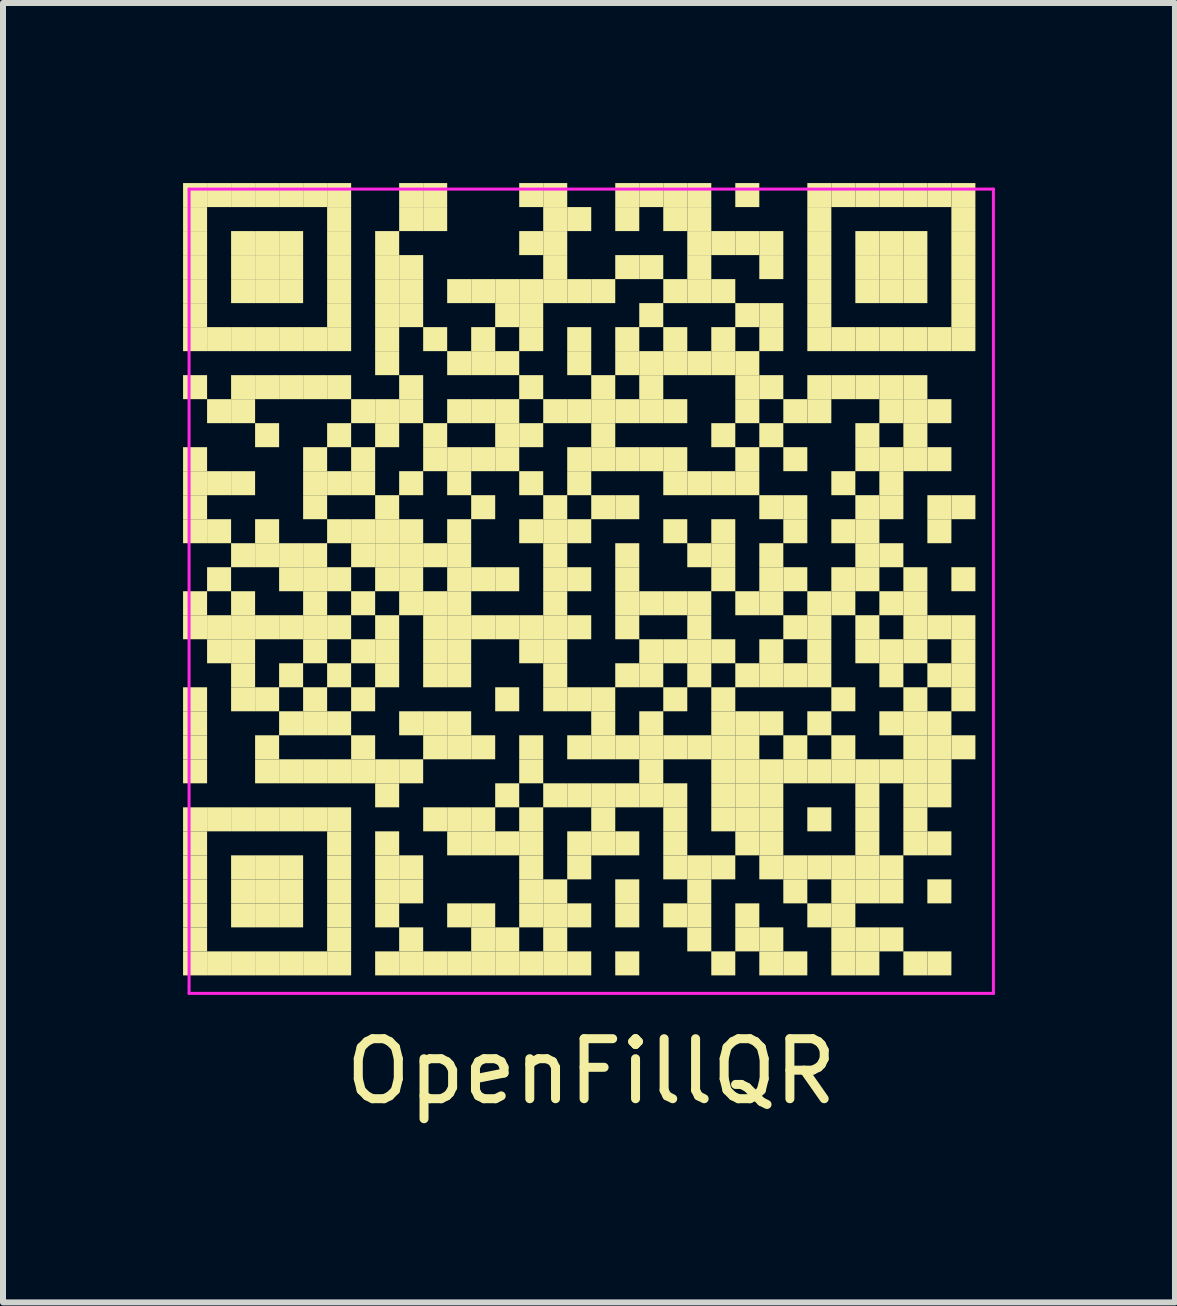
<source format=kicad_pcb>
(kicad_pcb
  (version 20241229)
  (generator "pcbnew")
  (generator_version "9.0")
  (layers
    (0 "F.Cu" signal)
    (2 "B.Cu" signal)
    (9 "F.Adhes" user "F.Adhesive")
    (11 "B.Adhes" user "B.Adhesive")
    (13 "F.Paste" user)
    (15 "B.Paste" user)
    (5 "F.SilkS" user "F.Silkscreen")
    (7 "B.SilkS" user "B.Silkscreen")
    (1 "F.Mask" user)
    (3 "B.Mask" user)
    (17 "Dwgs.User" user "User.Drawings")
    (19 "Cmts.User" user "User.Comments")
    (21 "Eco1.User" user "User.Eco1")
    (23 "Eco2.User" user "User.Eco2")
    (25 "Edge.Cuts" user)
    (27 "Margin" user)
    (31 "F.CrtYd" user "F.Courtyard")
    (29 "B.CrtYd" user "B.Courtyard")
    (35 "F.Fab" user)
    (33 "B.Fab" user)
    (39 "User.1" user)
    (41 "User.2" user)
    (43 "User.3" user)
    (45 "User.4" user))
  (footprint "OpenFillQR"
    (layer "F.Cu")
    (at 6.8 6.8)
    (property "Reference" "OpenFillQR" (at 0 8 0) (layer "F.SilkS") (effects (font (size 1 1) (thickness 0.15))))
    (attr through_hole)
    (fp_poly (pts (xy -6.4 -6.4) (xy -6.4 -6.8) (xy -6.8 -6.8) (xy -6.8 -6.4)) (stroke (width 0) (type solid)) (fill yes) (layer "F.SilkS"))
    (fp_poly (pts (xy -6.4 -6) (xy -6.4 -6.4) (xy -6.8 -6.4) (xy -6.8 -6)) (stroke (width 0) (type solid)) (fill yes) (layer "F.SilkS"))
    (fp_poly (pts (xy -6.4 -5.6) (xy -6.4 -6) (xy -6.8 -6) (xy -6.8 -5.6)) (stroke (width 0) (type solid)) (fill yes) (layer "F.SilkS"))
    (fp_poly (pts (xy -6.4 -5.2) (xy -6.4 -5.6) (xy -6.8 -5.6) (xy -6.8 -5.2)) (stroke (width 0) (type solid)) (fill yes) (layer "F.SilkS"))
    (fp_poly (pts (xy -6.4 -4.8) (xy -6.4 -5.2) (xy -6.8 -5.2) (xy -6.8 -4.8)) (stroke (width 0) (type solid)) (fill yes) (layer "F.SilkS"))
    (fp_poly (pts (xy -6.4 -4.4) (xy -6.4 -4.8) (xy -6.8 -4.8) (xy -6.8 -4.4)) (stroke (width 0) (type solid)) (fill yes) (layer "F.SilkS"))
    (fp_poly (pts (xy -6.4 -4) (xy -6.4 -4.4) (xy -6.8 -4.4) (xy -6.8 -4)) (stroke (width 0) (type solid)) (fill yes) (layer "F.SilkS"))
    (fp_poly (pts (xy -6.4 -3.2) (xy -6.4 -3.6) (xy -6.8 -3.6) (xy -6.8 -3.2)) (stroke (width 0) (type solid)) (fill yes) (layer "F.SilkS"))
    (fp_poly (pts (xy -6.4 -2) (xy -6.4 -2.4) (xy -6.8 -2.4) (xy -6.8 -2)) (stroke (width 0) (type solid)) (fill yes) (layer "F.SilkS"))
    (fp_poly (pts (xy -6.4 -1.6) (xy -6.4 -2) (xy -6.8 -2) (xy -6.8 -1.6)) (stroke (width 0) (type solid)) (fill yes) (layer "F.SilkS"))
    (fp_poly (pts (xy -6.4 -1.2) (xy -6.4 -1.6) (xy -6.8 -1.6) (xy -6.8 -1.2)) (stroke (width 0) (type solid)) (fill yes) (layer "F.SilkS"))
    (fp_poly (pts (xy -6.4 -0.8) (xy -6.4 -1.2) (xy -6.8 -1.2) (xy -6.8 -0.8)) (stroke (width 0) (type solid)) (fill yes) (layer "F.SilkS"))
    (fp_poly (pts (xy -6.4 0.4) (xy -6.4 0) (xy -6.8 0) (xy -6.8 0.4)) (stroke (width 0) (type solid)) (fill yes) (layer "F.SilkS"))
    (fp_poly (pts (xy -6.4 0.8) (xy -6.4 0.4) (xy -6.8 0.4) (xy -6.8 0.8)) (stroke (width 0) (type solid)) (fill yes) (layer "F.SilkS"))
    (fp_poly (pts (xy -6.4 2) (xy -6.4 1.6) (xy -6.8 1.6) (xy -6.8 2)) (stroke (width 0) (type solid)) (fill yes) (layer "F.SilkS"))
    (fp_poly (pts (xy -6.4 2.4) (xy -6.4 2) (xy -6.8 2) (xy -6.8 2.4)) (stroke (width 0) (type solid)) (fill yes) (layer "F.SilkS"))
    (fp_poly (pts (xy -6.4 2.8) (xy -6.4 2.4) (xy -6.8 2.4) (xy -6.8 2.8)) (stroke (width 0) (type solid)) (fill yes) (layer "F.SilkS"))
    (fp_poly (pts (xy -6.4 3.2) (xy -6.4 2.8) (xy -6.8 2.8) (xy -6.8 3.2)) (stroke (width 0) (type solid)) (fill yes) (layer "F.SilkS"))
    (fp_poly (pts (xy -6.4 4) (xy -6.4 3.6) (xy -6.8 3.6) (xy -6.8 4)) (stroke (width 0) (type solid)) (fill yes) (layer "F.SilkS"))
    (fp_poly (pts (xy -6.4 4.4) (xy -6.4 4) (xy -6.8 4) (xy -6.8 4.4)) (stroke (width 0) (type solid)) (fill yes) (layer "F.SilkS"))
    (fp_poly (pts (xy -6.4 4.8) (xy -6.4 4.4) (xy -6.8 4.4) (xy -6.8 4.8)) (stroke (width 0) (type solid)) (fill yes) (layer "F.SilkS"))
    (fp_poly (pts (xy -6.4 5.2) (xy -6.4 4.8) (xy -6.8 4.8) (xy -6.8 5.2)) (stroke (width 0) (type solid)) (fill yes) (layer "F.SilkS"))
    (fp_poly (pts (xy -6.4 5.6) (xy -6.4 5.2) (xy -6.8 5.2) (xy -6.8 5.6)) (stroke (width 0) (type solid)) (fill yes) (layer "F.SilkS"))
    (fp_poly (pts (xy -6.4 6) (xy -6.4 5.6) (xy -6.8 5.6) (xy -6.8 6)) (stroke (width 0) (type solid)) (fill yes) (layer "F.SilkS"))
    (fp_poly (pts (xy -6.4 6.4) (xy -6.4 6) (xy -6.8 6) (xy -6.8 6.4)) (stroke (width 0) (type solid)) (fill yes) (layer "F.SilkS"))
    (fp_poly (pts (xy -6 -6.4) (xy -6 -6.8) (xy -6.4 -6.8) (xy -6.4 -6.4)) (stroke (width 0) (type solid)) (fill yes) (layer "F.SilkS"))
    (fp_poly (pts (xy -6 -4) (xy -6 -4.4) (xy -6.4 -4.4) (xy -6.4 -4)) (stroke (width 0) (type solid)) (fill yes) (layer "F.SilkS"))
    (fp_poly (pts (xy -6 -2.8) (xy -6 -3.2) (xy -6.4 -3.2) (xy -6.4 -2.8)) (stroke (width 0) (type solid)) (fill yes) (layer "F.SilkS"))
    (fp_poly (pts (xy -6 -1.6) (xy -6 -2) (xy -6.4 -2) (xy -6.4 -1.6)) (stroke (width 0) (type solid)) (fill yes) (layer "F.SilkS"))
    (fp_poly (pts (xy -6 -0.8) (xy -6 -1.2) (xy -6.4 -1.2) (xy -6.4 -0.8)) (stroke (width 0) (type solid)) (fill yes) (layer "F.SilkS"))
    (fp_poly (pts (xy -6 0) (xy -6 -0.4) (xy -6.4 -0.4) (xy -6.4 0)) (stroke (width 0) (type solid)) (fill yes) (layer "F.SilkS"))
    (fp_poly (pts (xy -6 0.8) (xy -6 0.4) (xy -6.4 0.4) (xy -6.4 0.8)) (stroke (width 0) (type solid)) (fill yes) (layer "F.SilkS"))
    (fp_poly (pts (xy -6 1.2) (xy -6 0.8) (xy -6.4 0.8) (xy -6.4 1.2)) (stroke (width 0) (type solid)) (fill yes) (layer "F.SilkS"))
    (fp_poly (pts (xy -6 4) (xy -6 3.6) (xy -6.4 3.6) (xy -6.4 4)) (stroke (width 0) (type solid)) (fill yes) (layer "F.SilkS"))
    (fp_poly (pts (xy -6 6.4) (xy -6 6) (xy -6.4 6) (xy -6.4 6.4)) (stroke (width 0) (type solid)) (fill yes) (layer "F.SilkS"))
    (fp_poly (pts (xy -5.6 -6.4) (xy -5.6 -6.8) (xy -6 -6.8) (xy -6 -6.4)) (stroke (width 0) (type solid)) (fill yes) (layer "F.SilkS"))
    (fp_poly (pts (xy -5.6 -5.6) (xy -5.6 -6) (xy -6 -6) (xy -6 -5.6)) (stroke (width 0) (type solid)) (fill yes) (layer "F.SilkS"))
    (fp_poly (pts (xy -5.6 -5.2) (xy -5.6 -5.6) (xy -6 -5.6) (xy -6 -5.2)) (stroke (width 0) (type solid)) (fill yes) (layer "F.SilkS"))
    (fp_poly (pts (xy -5.6 -4.8) (xy -5.6 -5.2) (xy -6 -5.2) (xy -6 -4.8)) (stroke (width 0) (type solid)) (fill yes) (layer "F.SilkS"))
    (fp_poly (pts (xy -5.6 -4) (xy -5.6 -4.4) (xy -6 -4.4) (xy -6 -4)) (stroke (width 0) (type solid)) (fill yes) (layer "F.SilkS"))
    (fp_poly (pts (xy -5.6 -3.2) (xy -5.6 -3.6) (xy -6 -3.6) (xy -6 -3.2)) (stroke (width 0) (type solid)) (fill yes) (layer "F.SilkS"))
    (fp_poly (pts (xy -5.6 -2.8) (xy -5.6 -3.2) (xy -6 -3.2) (xy -6 -2.8)) (stroke (width 0) (type solid)) (fill yes) (layer "F.SilkS"))
    (fp_poly (pts (xy -5.6 -1.6) (xy -5.6 -2) (xy -6 -2) (xy -6 -1.6)) (stroke (width 0) (type solid)) (fill yes) (layer "F.SilkS"))
    (fp_poly (pts (xy -5.6 -0.4) (xy -5.6 -0.8) (xy -6 -0.8) (xy -6 -0.4)) (stroke (width 0) (type solid)) (fill yes) (layer "F.SilkS"))
    (fp_poly (pts (xy -5.6 0.4) (xy -5.6 0) (xy -6 0) (xy -6 0.4)) (stroke (width 0) (type solid)) (fill yes) (layer "F.SilkS"))
    (fp_poly (pts (xy -5.6 0.8) (xy -5.6 0.4) (xy -6 0.4) (xy -6 0.8)) (stroke (width 0) (type solid)) (fill yes) (layer "F.SilkS"))
    (fp_poly (pts (xy -5.6 1.2) (xy -5.6 0.8) (xy -6 0.8) (xy -6 1.2)) (stroke (width 0) (type solid)) (fill yes) (layer "F.SilkS"))
    (fp_poly (pts (xy -5.6 1.6) (xy -5.6 1.2) (xy -6 1.2) (xy -6 1.6)) (stroke (width 0) (type solid)) (fill yes) (layer "F.SilkS"))
    (fp_poly (pts (xy -5.6 2) (xy -5.6 1.6) (xy -6 1.6) (xy -6 2)) (stroke (width 0) (type solid)) (fill yes) (layer "F.SilkS"))
    (fp_poly (pts (xy -5.6 4) (xy -5.6 3.6) (xy -6 3.6) (xy -6 4)) (stroke (width 0) (type solid)) (fill yes) (layer "F.SilkS"))
    (fp_poly (pts (xy -5.6 4.8) (xy -5.6 4.4) (xy -6 4.4) (xy -6 4.8)) (stroke (width 0) (type solid)) (fill yes) (layer "F.SilkS"))
    (fp_poly (pts (xy -5.6 5.2) (xy -5.6 4.8) (xy -6 4.8) (xy -6 5.2)) (stroke (width 0) (type solid)) (fill yes) (layer "F.SilkS"))
    (fp_poly (pts (xy -5.6 5.6) (xy -5.6 5.2) (xy -6 5.2) (xy -6 5.6)) (stroke (width 0) (type solid)) (fill yes) (layer "F.SilkS"))
    (fp_poly (pts (xy -5.6 6.4) (xy -5.6 6) (xy -6 6) (xy -6 6.4)) (stroke (width 0) (type solid)) (fill yes) (layer "F.SilkS"))
    (fp_poly (pts (xy -5.2 -6.4) (xy -5.2 -6.8) (xy -5.6 -6.8) (xy -5.6 -6.4)) (stroke (width 0) (type solid)) (fill yes) (layer "F.SilkS"))
    (fp_poly (pts (xy -5.2 -5.6) (xy -5.2 -6) (xy -5.6 -6) (xy -5.6 -5.6)) (stroke (width 0) (type solid)) (fill yes) (layer "F.SilkS"))
    (fp_poly (pts (xy -5.2 -5.2) (xy -5.2 -5.6) (xy -5.6 -5.6) (xy -5.6 -5.2)) (stroke (width 0) (type solid)) (fill yes) (layer "F.SilkS"))
    (fp_poly (pts (xy -5.2 -4.8) (xy -5.2 -5.2) (xy -5.6 -5.2) (xy -5.6 -4.8)) (stroke (width 0) (type solid)) (fill yes) (layer "F.SilkS"))
    (fp_poly (pts (xy -5.2 -4) (xy -5.2 -4.4) (xy -5.6 -4.4) (xy -5.6 -4)) (stroke (width 0) (type solid)) (fill yes) (layer "F.SilkS"))
    (fp_poly (pts (xy -5.2 -3.2) (xy -5.2 -3.6) (xy -5.6 -3.6) (xy -5.6 -3.2)) (stroke (width 0) (type solid)) (fill yes) (layer "F.SilkS"))
    (fp_poly (pts (xy -5.2 -2.4) (xy -5.2 -2.8) (xy -5.6 -2.8) (xy -5.6 -2.4)) (stroke (width 0) (type solid)) (fill yes) (layer "F.SilkS"))
    (fp_poly (pts (xy -5.2 -0.8) (xy -5.2 -1.2) (xy -5.6 -1.2) (xy -5.6 -0.8)) (stroke (width 0) (type solid)) (fill yes) (layer "F.SilkS"))
    (fp_poly (pts (xy -5.2 -0.4) (xy -5.2 -0.8) (xy -5.6 -0.8) (xy -5.6 -0.4)) (stroke (width 0) (type solid)) (fill yes) (layer "F.SilkS"))
    (fp_poly (pts (xy -5.2 0.8) (xy -5.2 0.4) (xy -5.6 0.4) (xy -5.6 0.8)) (stroke (width 0) (type solid)) (fill yes) (layer "F.SilkS"))
    (fp_poly (pts (xy -5.2 2) (xy -5.2 1.6) (xy -5.6 1.6) (xy -5.6 2)) (stroke (width 0) (type solid)) (fill yes) (layer "F.SilkS"))
    (fp_poly (pts (xy -5.2 2.8) (xy -5.2 2.4) (xy -5.6 2.4) (xy -5.6 2.8)) (stroke (width 0) (type solid)) (fill yes) (layer "F.SilkS"))
    (fp_poly (pts (xy -5.2 3.2) (xy -5.2 2.8) (xy -5.6 2.8) (xy -5.6 3.2)) (stroke (width 0) (type solid)) (fill yes) (layer "F.SilkS"))
    (fp_poly (pts (xy -5.2 4) (xy -5.2 3.6) (xy -5.6 3.6) (xy -5.6 4)) (stroke (width 0) (type solid)) (fill yes) (layer "F.SilkS"))
    (fp_poly (pts (xy -5.2 4.8) (xy -5.2 4.4) (xy -5.6 4.4) (xy -5.6 4.8)) (stroke (width 0) (type solid)) (fill yes) (layer "F.SilkS"))
    (fp_poly (pts (xy -5.2 5.2) (xy -5.2 4.8) (xy -5.6 4.8) (xy -5.6 5.2)) (stroke (width 0) (type solid)) (fill yes) (layer "F.SilkS"))
    (fp_poly (pts (xy -5.2 5.6) (xy -5.2 5.2) (xy -5.6 5.2) (xy -5.6 5.6)) (stroke (width 0) (type solid)) (fill yes) (layer "F.SilkS"))
    (fp_poly (pts (xy -5.2 6.4) (xy -5.2 6) (xy -5.6 6) (xy -5.6 6.4)) (stroke (width 0) (type solid)) (fill yes) (layer "F.SilkS"))
    (fp_poly (pts (xy -4.8 -6.4) (xy -4.8 -6.8) (xy -5.2 -6.8) (xy -5.2 -6.4)) (stroke (width 0) (type solid)) (fill yes) (layer "F.SilkS"))
    (fp_poly (pts (xy -4.8 -5.6) (xy -4.8 -6) (xy -5.2 -6) (xy -5.2 -5.6)) (stroke (width 0) (type solid)) (fill yes) (layer "F.SilkS"))
    (fp_poly (pts (xy -4.8 -5.2) (xy -4.8 -5.6) (xy -5.2 -5.6) (xy -5.2 -5.2)) (stroke (width 0) (type solid)) (fill yes) (layer "F.SilkS"))
    (fp_poly (pts (xy -4.8 -4.8) (xy -4.8 -5.2) (xy -5.2 -5.2) (xy -5.2 -4.8)) (stroke (width 0) (type solid)) (fill yes) (layer "F.SilkS"))
    (fp_poly (pts (xy -4.8 -4) (xy -4.8 -4.4) (xy -5.2 -4.4) (xy -5.2 -4)) (stroke (width 0) (type solid)) (fill yes) (layer "F.SilkS"))
    (fp_poly (pts (xy -4.8 -3.2) (xy -4.8 -3.6) (xy -5.2 -3.6) (xy -5.2 -3.2)) (stroke (width 0) (type solid)) (fill yes) (layer "F.SilkS"))
    (fp_poly (pts (xy -4.8 -0.4) (xy -4.8 -0.8) (xy -5.2 -0.8) (xy -5.2 -0.4)) (stroke (width 0) (type solid)) (fill yes) (layer "F.SilkS"))
    (fp_poly (pts (xy -4.8 0) (xy -4.8 -0.4) (xy -5.2 -0.4) (xy -5.2 0)) (stroke (width 0) (type solid)) (fill yes) (layer "F.SilkS"))
    (fp_poly (pts (xy -4.8 0.8) (xy -4.8 0.4) (xy -5.2 0.4) (xy -5.2 0.8)) (stroke (width 0) (type solid)) (fill yes) (layer "F.SilkS"))
    (fp_poly (pts (xy -4.8 1.6) (xy -4.8 1.2) (xy -5.2 1.2) (xy -5.2 1.6)) (stroke (width 0) (type solid)) (fill yes) (layer "F.SilkS"))
    (fp_poly (pts (xy -4.8 2.4) (xy -4.8 2) (xy -5.2 2) (xy -5.2 2.4)) (stroke (width 0) (type solid)) (fill yes) (layer "F.SilkS"))
    (fp_poly (pts (xy -4.8 3.2) (xy -4.8 2.8) (xy -5.2 2.8) (xy -5.2 3.2)) (stroke (width 0) (type solid)) (fill yes) (layer "F.SilkS"))
    (fp_poly (pts (xy -4.8 4) (xy -4.8 3.6) (xy -5.2 3.6) (xy -5.2 4)) (stroke (width 0) (type solid)) (fill yes) (layer "F.SilkS"))
    (fp_poly (pts (xy -4.8 4.8) (xy -4.8 4.4) (xy -5.2 4.4) (xy -5.2 4.8)) (stroke (width 0) (type solid)) (fill yes) (layer "F.SilkS"))
    (fp_poly (pts (xy -4.8 5.2) (xy -4.8 4.8) (xy -5.2 4.8) (xy -5.2 5.2)) (stroke (width 0) (type solid)) (fill yes) (layer "F.SilkS"))
    (fp_poly (pts (xy -4.8 5.6) (xy -4.8 5.2) (xy -5.2 5.2) (xy -5.2 5.6)) (stroke (width 0) (type solid)) (fill yes) (layer "F.SilkS"))
    (fp_poly (pts (xy -4.8 6.4) (xy -4.8 6) (xy -5.2 6) (xy -5.2 6.4)) (stroke (width 0) (type solid)) (fill yes) (layer "F.SilkS"))
    (fp_poly (pts (xy -4.4 -6.4) (xy -4.4 -6.8) (xy -4.8 -6.8) (xy -4.8 -6.4)) (stroke (width 0) (type solid)) (fill yes) (layer "F.SilkS"))
    (fp_poly (pts (xy -4.4 -4) (xy -4.4 -4.4) (xy -4.8 -4.4) (xy -4.8 -4)) (stroke (width 0) (type solid)) (fill yes) (layer "F.SilkS"))
    (fp_poly (pts (xy -4.4 -3.2) (xy -4.4 -3.6) (xy -4.8 -3.6) (xy -4.8 -3.2)) (stroke (width 0) (type solid)) (fill yes) (layer "F.SilkS"))
    (fp_poly (pts (xy -4.4 -2) (xy -4.4 -2.4) (xy -4.8 -2.4) (xy -4.8 -2)) (stroke (width 0) (type solid)) (fill yes) (layer "F.SilkS"))
    (fp_poly (pts (xy -4.4 -1.6) (xy -4.4 -2) (xy -4.8 -2) (xy -4.8 -1.6)) (stroke (width 0) (type solid)) (fill yes) (layer "F.SilkS"))
    (fp_poly (pts (xy -4.4 -1.2) (xy -4.4 -1.6) (xy -4.8 -1.6) (xy -4.8 -1.2)) (stroke (width 0) (type solid)) (fill yes) (layer "F.SilkS"))
    (fp_poly (pts (xy -4.4 -0.4) (xy -4.4 -0.8) (xy -4.8 -0.8) (xy -4.8 -0.4)) (stroke (width 0) (type solid)) (fill yes) (layer "F.SilkS"))
    (fp_poly (pts (xy -4.4 0) (xy -4.4 -0.4) (xy -4.8 -0.4) (xy -4.8 0)) (stroke (width 0) (type solid)) (fill yes) (layer "F.SilkS"))
    (fp_poly (pts (xy -4.4 0.4) (xy -4.4 0) (xy -4.8 0) (xy -4.8 0.4)) (stroke (width 0) (type solid)) (fill yes) (layer "F.SilkS"))
    (fp_poly (pts (xy -4.4 0.8) (xy -4.4 0.4) (xy -4.8 0.4) (xy -4.8 0.8)) (stroke (width 0) (type solid)) (fill yes) (layer "F.SilkS"))
    (fp_poly (pts (xy -4.4 1.2) (xy -4.4 0.8) (xy -4.8 0.8) (xy -4.8 1.2)) (stroke (width 0) (type solid)) (fill yes) (layer "F.SilkS"))
    (fp_poly (pts (xy -4.4 2) (xy -4.4 1.6) (xy -4.8 1.6) (xy -4.8 2)) (stroke (width 0) (type solid)) (fill yes) (layer "F.SilkS"))
    (fp_poly (pts (xy -4.4 2.4) (xy -4.4 2) (xy -4.8 2) (xy -4.8 2.4)) (stroke (width 0) (type solid)) (fill yes) (layer "F.SilkS"))
    (fp_poly (pts (xy -4.4 3.2) (xy -4.4 2.8) (xy -4.8 2.8) (xy -4.8 3.2)) (stroke (width 0) (type solid)) (fill yes) (layer "F.SilkS"))
    (fp_poly (pts (xy -4.4 4) (xy -4.4 3.6) (xy -4.8 3.6) (xy -4.8 4)) (stroke (width 0) (type solid)) (fill yes) (layer "F.SilkS"))
    (fp_poly (pts (xy -4.4 6.4) (xy -4.4 6) (xy -4.8 6) (xy -4.8 6.4)) (stroke (width 0) (type solid)) (fill yes) (layer "F.SilkS"))
    (fp_poly (pts (xy -4 -6.4) (xy -4 -6.8) (xy -4.4 -6.8) (xy -4.4 -6.4)) (stroke (width 0) (type solid)) (fill yes) (layer "F.SilkS"))
    (fp_poly (pts (xy -4 -6) (xy -4 -6.4) (xy -4.4 -6.4) (xy -4.4 -6)) (stroke (width 0) (type solid)) (fill yes) (layer "F.SilkS"))
    (fp_poly (pts (xy -4 -5.6) (xy -4 -6) (xy -4.4 -6) (xy -4.4 -5.6)) (stroke (width 0) (type solid)) (fill yes) (layer "F.SilkS"))
    (fp_poly (pts (xy -4 -5.2) (xy -4 -5.6) (xy -4.4 -5.6) (xy -4.4 -5.2)) (stroke (width 0) (type solid)) (fill yes) (layer "F.SilkS"))
    (fp_poly (pts (xy -4 -4.8) (xy -4 -5.2) (xy -4.4 -5.2) (xy -4.4 -4.8)) (stroke (width 0) (type solid)) (fill yes) (layer "F.SilkS"))
    (fp_poly (pts (xy -4 -4.4) (xy -4 -4.8) (xy -4.4 -4.8) (xy -4.4 -4.4)) (stroke (width 0) (type solid)) (fill yes) (layer "F.SilkS"))
    (fp_poly (pts (xy -4 -4) (xy -4 -4.4) (xy -4.4 -4.4) (xy -4.4 -4)) (stroke (width 0) (type solid)) (fill yes) (layer "F.SilkS"))
    (fp_poly (pts (xy -4 -3.2) (xy -4 -3.6) (xy -4.4 -3.6) (xy -4.4 -3.2)) (stroke (width 0) (type solid)) (fill yes) (layer "F.SilkS"))
    (fp_poly (pts (xy -4 -2.4) (xy -4 -2.8) (xy -4.4 -2.8) (xy -4.4 -2.4)) (stroke (width 0) (type solid)) (fill yes) (layer "F.SilkS"))
    (fp_poly (pts (xy -4 -1.6) (xy -4 -2) (xy -4.4 -2) (xy -4.4 -1.6)) (stroke (width 0) (type solid)) (fill yes) (layer "F.SilkS"))
    (fp_poly (pts (xy -4 -0.8) (xy -4 -1.2) (xy -4.4 -1.2) (xy -4.4 -0.8)) (stroke (width 0) (type solid)) (fill yes) (layer "F.SilkS"))
    (fp_poly (pts (xy -4 0) (xy -4 -0.4) (xy -4.4 -0.4) (xy -4.4 0)) (stroke (width 0) (type solid)) (fill yes) (layer "F.SilkS"))
    (fp_poly (pts (xy -4 0.8) (xy -4 0.4) (xy -4.4 0.4) (xy -4.4 0.8)) (stroke (width 0) (type solid)) (fill yes) (layer "F.SilkS"))
    (fp_poly (pts (xy -4 1.6) (xy -4 1.2) (xy -4.4 1.2) (xy -4.4 1.6)) (stroke (width 0) (type solid)) (fill yes) (layer "F.SilkS"))
    (fp_poly (pts (xy -4 2.4) (xy -4 2) (xy -4.4 2) (xy -4.4 2.4)) (stroke (width 0) (type solid)) (fill yes) (layer "F.SilkS"))
    (fp_poly (pts (xy -4 3.2) (xy -4 2.8) (xy -4.4 2.8) (xy -4.4 3.2)) (stroke (width 0) (type solid)) (fill yes) (layer "F.SilkS"))
    (fp_poly (pts (xy -4 4) (xy -4 3.6) (xy -4.4 3.6) (xy -4.4 4)) (stroke (width 0) (type solid)) (fill yes) (layer "F.SilkS"))
    (fp_poly (pts (xy -4 4.4) (xy -4 4) (xy -4.4 4) (xy -4.4 4.4)) (stroke (width 0) (type solid)) (fill yes) (layer "F.SilkS"))
    (fp_poly (pts (xy -4 4.8) (xy -4 4.4) (xy -4.4 4.4) (xy -4.4 4.8)) (stroke (width 0) (type solid)) (fill yes) (layer "F.SilkS"))
    (fp_poly (pts (xy -4 5.2) (xy -4 4.8) (xy -4.4 4.8) (xy -4.4 5.2)) (stroke (width 0) (type solid)) (fill yes) (layer "F.SilkS"))
    (fp_poly (pts (xy -4 5.6) (xy -4 5.2) (xy -4.4 5.2) (xy -4.4 5.6)) (stroke (width 0) (type solid)) (fill yes) (layer "F.SilkS"))
    (fp_poly (pts (xy -4 6) (xy -4 5.6) (xy -4.4 5.6) (xy -4.4 6)) (stroke (width 0) (type solid)) (fill yes) (layer "F.SilkS"))
    (fp_poly (pts (xy -4 6.4) (xy -4 6) (xy -4.4 6) (xy -4.4 6.4)) (stroke (width 0) (type solid)) (fill yes) (layer "F.SilkS"))
    (fp_poly (pts (xy -3.6 -2.8) (xy -3.6 -3.2) (xy -4 -3.2) (xy -4 -2.8)) (stroke (width 0) (type solid)) (fill yes) (layer "F.SilkS"))
    (fp_poly (pts (xy -3.6 -2) (xy -3.6 -2.4) (xy -4 -2.4) (xy -4 -2)) (stroke (width 0) (type solid)) (fill yes) (layer "F.SilkS"))
    (fp_poly (pts (xy -3.6 -1.6) (xy -3.6 -2) (xy -4 -2) (xy -4 -1.6)) (stroke (width 0) (type solid)) (fill yes) (layer "F.SilkS"))
    (fp_poly (pts (xy -3.6 -0.8) (xy -3.6 -1.2) (xy -4 -1.2) (xy -4 -0.8)) (stroke (width 0) (type solid)) (fill yes) (layer "F.SilkS"))
    (fp_poly (pts (xy -3.6 -0.4) (xy -3.6 -0.8) (xy -4 -0.8) (xy -4 -0.4)) (stroke (width 0) (type solid)) (fill yes) (layer "F.SilkS"))
    (fp_poly (pts (xy -3.6 0.4) (xy -3.6 0) (xy -4 0) (xy -4 0.4)) (stroke (width 0) (type solid)) (fill yes) (layer "F.SilkS"))
    (fp_poly (pts (xy -3.6 1.2) (xy -3.6 0.8) (xy -4 0.8) (xy -4 1.2)) (stroke (width 0) (type solid)) (fill yes) (layer "F.SilkS"))
    (fp_poly (pts (xy -3.6 2) (xy -3.6 1.6) (xy -4 1.6) (xy -4 2)) (stroke (width 0) (type solid)) (fill yes) (layer "F.SilkS"))
    (fp_poly (pts (xy -3.6 2.8) (xy -3.6 2.4) (xy -4 2.4) (xy -4 2.8)) (stroke (width 0) (type solid)) (fill yes) (layer "F.SilkS"))
    (fp_poly (pts (xy -3.6 3.2) (xy -3.6 2.8) (xy -4 2.8) (xy -4 3.2)) (stroke (width 0) (type solid)) (fill yes) (layer "F.SilkS"))
    (fp_poly (pts (xy -3.2 -5.6) (xy -3.2 -6) (xy -3.6 -6) (xy -3.6 -5.6)) (stroke (width 0) (type solid)) (fill yes) (layer "F.SilkS"))
    (fp_poly (pts (xy -3.2 -5.2) (xy -3.2 -5.6) (xy -3.6 -5.6) (xy -3.6 -5.2)) (stroke (width 0) (type solid)) (fill yes) (layer "F.SilkS"))
    (fp_poly (pts (xy -3.2 -4.8) (xy -3.2 -5.2) (xy -3.6 -5.2) (xy -3.6 -4.8)) (stroke (width 0) (type solid)) (fill yes) (layer "F.SilkS"))
    (fp_poly (pts (xy -3.2 -4.4) (xy -3.2 -4.8) (xy -3.6 -4.8) (xy -3.6 -4.4)) (stroke (width 0) (type solid)) (fill yes) (layer "F.SilkS"))
    (fp_poly (pts (xy -3.2 -4) (xy -3.2 -4.4) (xy -3.6 -4.4) (xy -3.6 -4)) (stroke (width 0) (type solid)) (fill yes) (layer "F.SilkS"))
    (fp_poly (pts (xy -3.2 -3.6) (xy -3.2 -4) (xy -3.6 -4) (xy -3.6 -3.6)) (stroke (width 0) (type solid)) (fill yes) (layer "F.SilkS"))
    (fp_poly (pts (xy -3.2 -2.8) (xy -3.2 -3.2) (xy -3.6 -3.2) (xy -3.6 -2.8)) (stroke (width 0) (type solid)) (fill yes) (layer "F.SilkS"))
    (fp_poly (pts (xy -3.2 -2.4) (xy -3.2 -2.8) (xy -3.6 -2.8) (xy -3.6 -2.4)) (stroke (width 0) (type solid)) (fill yes) (layer "F.SilkS"))
    (fp_poly (pts (xy -3.2 -1.2) (xy -3.2 -1.6) (xy -3.6 -1.6) (xy -3.6 -1.2)) (stroke (width 0) (type solid)) (fill yes) (layer "F.SilkS"))
    (fp_poly (pts (xy -3.2 -0.8) (xy -3.2 -1.2) (xy -3.6 -1.2) (xy -3.6 -0.8)) (stroke (width 0) (type solid)) (fill yes) (layer "F.SilkS"))
    (fp_poly (pts (xy -3.2 -0.4) (xy -3.2 -0.8) (xy -3.6 -0.8) (xy -3.6 -0.4)) (stroke (width 0) (type solid)) (fill yes) (layer "F.SilkS"))
    (fp_poly (pts (xy -3.2 0) (xy -3.2 -0.4) (xy -3.6 -0.4) (xy -3.6 0)) (stroke (width 0) (type solid)) (fill yes) (layer "F.SilkS"))
    (fp_poly (pts (xy -3.2 0.8) (xy -3.2 0.4) (xy -3.6 0.4) (xy -3.6 0.8)) (stroke (width 0) (type solid)) (fill yes) (layer "F.SilkS"))
    (fp_poly (pts (xy -3.2 1.2) (xy -3.2 0.8) (xy -3.6 0.8) (xy -3.6 1.2)) (stroke (width 0) (type solid)) (fill yes) (layer "F.SilkS"))
    (fp_poly (pts (xy -3.2 1.6) (xy -3.2 1.2) (xy -3.6 1.2) (xy -3.6 1.6)) (stroke (width 0) (type solid)) (fill yes) (layer "F.SilkS"))
    (fp_poly (pts (xy -3.2 3.2) (xy -3.2 2.8) (xy -3.6 2.8) (xy -3.6 3.2)) (stroke (width 0) (type solid)) (fill yes) (layer "F.SilkS"))
    (fp_poly (pts (xy -3.2 3.6) (xy -3.2 3.2) (xy -3.6 3.2) (xy -3.6 3.6)) (stroke (width 0) (type solid)) (fill yes) (layer "F.SilkS"))
    (fp_poly (pts (xy -3.2 4.4) (xy -3.2 4) (xy -3.6 4) (xy -3.6 4.4)) (stroke (width 0) (type solid)) (fill yes) (layer "F.SilkS"))
    (fp_poly (pts (xy -3.2 4.8) (xy -3.2 4.4) (xy -3.6 4.4) (xy -3.6 4.8)) (stroke (width 0) (type solid)) (fill yes) (layer "F.SilkS"))
    (fp_poly (pts (xy -3.2 5.2) (xy -3.2 4.8) (xy -3.6 4.8) (xy -3.6 5.2)) (stroke (width 0) (type solid)) (fill yes) (layer "F.SilkS"))
    (fp_poly (pts (xy -3.2 5.6) (xy -3.2 5.2) (xy -3.6 5.2) (xy -3.6 5.6)) (stroke (width 0) (type solid)) (fill yes) (layer "F.SilkS"))
    (fp_poly (pts (xy -3.2 6.4) (xy -3.2 6) (xy -3.6 6) (xy -3.6 6.4)) (stroke (width 0) (type solid)) (fill yes) (layer "F.SilkS"))
    (fp_poly (pts (xy -2.8 -6.4) (xy -2.8 -6.8) (xy -3.2 -6.8) (xy -3.2 -6.4)) (stroke (width 0) (type solid)) (fill yes) (layer "F.SilkS"))
    (fp_poly (pts (xy -2.8 -6) (xy -2.8 -6.4) (xy -3.2 -6.4) (xy -3.2 -6)) (stroke (width 0) (type solid)) (fill yes) (layer "F.SilkS"))
    (fp_poly (pts (xy -2.8 -5.2) (xy -2.8 -5.6) (xy -3.2 -5.6) (xy -3.2 -5.2)) (stroke (width 0) (type solid)) (fill yes) (layer "F.SilkS"))
    (fp_poly (pts (xy -2.8 -4.8) (xy -2.8 -5.2) (xy -3.2 -5.2) (xy -3.2 -4.8)) (stroke (width 0) (type solid)) (fill yes) (layer "F.SilkS"))
    (fp_poly (pts (xy -2.8 -4.4) (xy -2.8 -4.8) (xy -3.2 -4.8) (xy -3.2 -4.4)) (stroke (width 0) (type solid)) (fill yes) (layer "F.SilkS"))
    (fp_poly (pts (xy -2.8 -3.2) (xy -2.8 -3.6) (xy -3.2 -3.6) (xy -3.2 -3.2)) (stroke (width 0) (type solid)) (fill yes) (layer "F.SilkS"))
    (fp_poly (pts (xy -2.8 -2.8) (xy -2.8 -3.2) (xy -3.2 -3.2) (xy -3.2 -2.8)) (stroke (width 0) (type solid)) (fill yes) (layer "F.SilkS"))
    (fp_poly (pts (xy -2.8 -1.6) (xy -2.8 -2) (xy -3.2 -2) (xy -3.2 -1.6)) (stroke (width 0) (type solid)) (fill yes) (layer "F.SilkS"))
    (fp_poly (pts (xy -2.8 -0.8) (xy -2.8 -1.2) (xy -3.2 -1.2) (xy -3.2 -0.8)) (stroke (width 0) (type solid)) (fill yes) (layer "F.SilkS"))
    (fp_poly (pts (xy -2.8 -0.4) (xy -2.8 -0.8) (xy -3.2 -0.8) (xy -3.2 -0.4)) (stroke (width 0) (type solid)) (fill yes) (layer "F.SilkS"))
    (fp_poly (pts (xy -2.8 0) (xy -2.8 -0.4) (xy -3.2 -0.4) (xy -3.2 0)) (stroke (width 0) (type solid)) (fill yes) (layer "F.SilkS"))
    (fp_poly (pts (xy -2.8 0.4) (xy -2.8 0) (xy -3.2 0) (xy -3.2 0.4)) (stroke (width 0) (type solid)) (fill yes) (layer "F.SilkS"))
    (fp_poly (pts (xy -2.8 2.4) (xy -2.8 2) (xy -3.2 2) (xy -3.2 2.4)) (stroke (width 0) (type solid)) (fill yes) (layer "F.SilkS"))
    (fp_poly (pts (xy -2.8 3.2) (xy -2.8 2.8) (xy -3.2 2.8) (xy -3.2 3.2)) (stroke (width 0) (type solid)) (fill yes) (layer "F.SilkS"))
    (fp_poly (pts (xy -2.8 4.8) (xy -2.8 4.4) (xy -3.2 4.4) (xy -3.2 4.8)) (stroke (width 0) (type solid)) (fill yes) (layer "F.SilkS"))
    (fp_poly (pts (xy -2.8 5.2) (xy -2.8 4.8) (xy -3.2 4.8) (xy -3.2 5.2)) (stroke (width 0) (type solid)) (fill yes) (layer "F.SilkS"))
    (fp_poly (pts (xy -2.8 6) (xy -2.8 5.6) (xy -3.2 5.6) (xy -3.2 6)) (stroke (width 0) (type solid)) (fill yes) (layer "F.SilkS"))
    (fp_poly (pts (xy -2.8 6.4) (xy -2.8 6) (xy -3.2 6) (xy -3.2 6.4)) (stroke (width 0) (type solid)) (fill yes) (layer "F.SilkS"))
    (fp_poly (pts (xy -2.4 -6.4) (xy -2.4 -6.8) (xy -2.8 -6.8) (xy -2.8 -6.4)) (stroke (width 0) (type solid)) (fill yes) (layer "F.SilkS"))
    (fp_poly (pts (xy -2.4 -6) (xy -2.4 -6.4) (xy -2.8 -6.4) (xy -2.8 -6)) (stroke (width 0) (type solid)) (fill yes) (layer "F.SilkS"))
    (fp_poly (pts (xy -2.4 -4) (xy -2.4 -4.4) (xy -2.8 -4.4) (xy -2.8 -4)) (stroke (width 0) (type solid)) (fill yes) (layer "F.SilkS"))
    (fp_poly (pts (xy -2.4 -2.4) (xy -2.4 -2.8) (xy -2.8 -2.8) (xy -2.8 -2.4)) (stroke (width 0) (type solid)) (fill yes) (layer "F.SilkS"))
    (fp_poly (pts (xy -2.4 -2) (xy -2.4 -2.4) (xy -2.8 -2.4) (xy -2.8 -2)) (stroke (width 0) (type solid)) (fill yes) (layer "F.SilkS"))
    (fp_poly (pts (xy -2.4 -0.4) (xy -2.4 -0.8) (xy -2.8 -0.8) (xy -2.8 -0.4)) (stroke (width 0) (type solid)) (fill yes) (layer "F.SilkS"))
    (fp_poly (pts (xy -2.4 0.4) (xy -2.4 0) (xy -2.8 0) (xy -2.8 0.4)) (stroke (width 0) (type solid)) (fill yes) (layer "F.SilkS"))
    (fp_poly (pts (xy -2.4 0.8) (xy -2.4 0.4) (xy -2.8 0.4) (xy -2.8 0.8)) (stroke (width 0) (type solid)) (fill yes) (layer "F.SilkS"))
    (fp_poly (pts (xy -2.4 1.2) (xy -2.4 0.8) (xy -2.8 0.8) (xy -2.8 1.2)) (stroke (width 0) (type solid)) (fill yes) (layer "F.SilkS"))
    (fp_poly (pts (xy -2.4 1.6) (xy -2.4 1.2) (xy -2.8 1.2) (xy -2.8 1.6)) (stroke (width 0) (type solid)) (fill yes) (layer "F.SilkS"))
    (fp_poly (pts (xy -2.4 2.4) (xy -2.4 2) (xy -2.8 2) (xy -2.8 2.4)) (stroke (width 0) (type solid)) (fill yes) (layer "F.SilkS"))
    (fp_poly (pts (xy -2.4 2.8) (xy -2.4 2.4) (xy -2.8 2.4) (xy -2.8 2.8)) (stroke (width 0) (type solid)) (fill yes) (layer "F.SilkS"))
    (fp_poly (pts (xy -2.4 4) (xy -2.4 3.6) (xy -2.8 3.6) (xy -2.8 4)) (stroke (width 0) (type solid)) (fill yes) (layer "F.SilkS"))
    (fp_poly (pts (xy -2.4 6.4) (xy -2.4 6) (xy -2.8 6) (xy -2.8 6.4)) (stroke (width 0) (type solid)) (fill yes) (layer "F.SilkS"))
    (fp_poly (pts (xy -2 -4.8) (xy -2 -5.2) (xy -2.4 -5.2) (xy -2.4 -4.8)) (stroke (width 0) (type solid)) (fill yes) (layer "F.SilkS"))
    (fp_poly (pts (xy -2 -3.6) (xy -2 -4) (xy -2.4 -4) (xy -2.4 -3.6)) (stroke (width 0) (type solid)) (fill yes) (layer "F.SilkS"))
    (fp_poly (pts (xy -2 -2.8) (xy -2 -3.2) (xy -2.4 -3.2) (xy -2.4 -2.8)) (stroke (width 0) (type solid)) (fill yes) (layer "F.SilkS"))
    (fp_poly (pts (xy -2 -2) (xy -2 -2.4) (xy -2.4 -2.4) (xy -2.4 -2)) (stroke (width 0) (type solid)) (fill yes) (layer "F.SilkS"))
    (fp_poly (pts (xy -2 -1.6) (xy -2 -2) (xy -2.4 -2) (xy -2.4 -1.6)) (stroke (width 0) (type solid)) (fill yes) (layer "F.SilkS"))
    (fp_poly (pts (xy -2 -0.8) (xy -2 -1.2) (xy -2.4 -1.2) (xy -2.4 -0.8)) (stroke (width 0) (type solid)) (fill yes) (layer "F.SilkS"))
    (fp_poly (pts (xy -2 -0.4) (xy -2 -0.8) (xy -2.4 -0.8) (xy -2.4 -0.4)) (stroke (width 0) (type solid)) (fill yes) (layer "F.SilkS"))
    (fp_poly (pts (xy -2 0) (xy -2 -0.4) (xy -2.4 -0.4) (xy -2.4 0)) (stroke (width 0) (type solid)) (fill yes) (layer "F.SilkS"))
    (fp_poly (pts (xy -2 0.4) (xy -2 0) (xy -2.4 0) (xy -2.4 0.4)) (stroke (width 0) (type solid)) (fill yes) (layer "F.SilkS"))
    (fp_poly (pts (xy -2 0.8) (xy -2 0.4) (xy -2.4 0.4) (xy -2.4 0.8)) (stroke (width 0) (type solid)) (fill yes) (layer "F.SilkS"))
    (fp_poly (pts (xy -2 1.2) (xy -2 0.8) (xy -2.4 0.8) (xy -2.4 1.2)) (stroke (width 0) (type solid)) (fill yes) (layer "F.SilkS"))
    (fp_poly (pts (xy -2 1.6) (xy -2 1.2) (xy -2.4 1.2) (xy -2.4 1.6)) (stroke (width 0) (type solid)) (fill yes) (layer "F.SilkS"))
    (fp_poly (pts (xy -2 2.4) (xy -2 2) (xy -2.4 2) (xy -2.4 2.4)) (stroke (width 0) (type solid)) (fill yes) (layer "F.SilkS"))
    (fp_poly (pts (xy -2 2.8) (xy -2 2.4) (xy -2.4 2.4) (xy -2.4 2.8)) (stroke (width 0) (type solid)) (fill yes) (layer "F.SilkS"))
    (fp_poly (pts (xy -2 4) (xy -2 3.6) (xy -2.4 3.6) (xy -2.4 4)) (stroke (width 0) (type solid)) (fill yes) (layer "F.SilkS"))
    (fp_poly (pts (xy -2 4.4) (xy -2 4) (xy -2.4 4) (xy -2.4 4.4)) (stroke (width 0) (type solid)) (fill yes) (layer "F.SilkS"))
    (fp_poly (pts (xy -2 5.6) (xy -2 5.2) (xy -2.4 5.2) (xy -2.4 5.6)) (stroke (width 0) (type solid)) (fill yes) (layer "F.SilkS"))
    (fp_poly (pts (xy -2 6.4) (xy -2 6) (xy -2.4 6) (xy -2.4 6.4)) (stroke (width 0) (type solid)) (fill yes) (layer "F.SilkS"))
    (fp_poly (pts (xy -1.6 -4.8) (xy -1.6 -5.2) (xy -2 -5.2) (xy -2 -4.8)) (stroke (width 0) (type solid)) (fill yes) (layer "F.SilkS"))
    (fp_poly (pts (xy -1.6 -4) (xy -1.6 -4.4) (xy -2 -4.4) (xy -2 -4)) (stroke (width 0) (type solid)) (fill yes) (layer "F.SilkS"))
    (fp_poly (pts (xy -1.6 -3.6) (xy -1.6 -4) (xy -2 -4) (xy -2 -3.6)) (stroke (width 0) (type solid)) (fill yes) (layer "F.SilkS"))
    (fp_poly (pts (xy -1.6 -2.8) (xy -1.6 -3.2) (xy -2 -3.2) (xy -2 -2.8)) (stroke (width 0) (type solid)) (fill yes) (layer "F.SilkS"))
    (fp_poly (pts (xy -1.6 -2) (xy -1.6 -2.4) (xy -2 -2.4) (xy -2 -2)) (stroke (width 0) (type solid)) (fill yes) (layer "F.SilkS"))
    (fp_poly (pts (xy -1.6 -1.2) (xy -1.6 -1.6) (xy -2 -1.6) (xy -2 -1.2)) (stroke (width 0) (type solid)) (fill yes) (layer "F.SilkS"))
    (fp_poly (pts (xy -1.6 0) (xy -1.6 -0.4) (xy -2 -0.4) (xy -2 0)) (stroke (width 0) (type solid)) (fill yes) (layer "F.SilkS"))
    (fp_poly (pts (xy -1.6 0.8) (xy -1.6 0.4) (xy -2 0.4) (xy -2 0.8)) (stroke (width 0) (type solid)) (fill yes) (layer "F.SilkS"))
    (fp_poly (pts (xy -1.6 2.8) (xy -1.6 2.4) (xy -2 2.4) (xy -2 2.8)) (stroke (width 0) (type solid)) (fill yes) (layer "F.SilkS"))
    (fp_poly (pts (xy -1.6 4) (xy -1.6 3.6) (xy -2 3.6) (xy -2 4)) (stroke (width 0) (type solid)) (fill yes) (layer "F.SilkS"))
    (fp_poly (pts (xy -1.6 4.4) (xy -1.6 4) (xy -2 4) (xy -2 4.4)) (stroke (width 0) (type solid)) (fill yes) (layer "F.SilkS"))
    (fp_poly (pts (xy -1.6 5.6) (xy -1.6 5.2) (xy -2 5.2) (xy -2 5.6)) (stroke (width 0) (type solid)) (fill yes) (layer "F.SilkS"))
    (fp_poly (pts (xy -1.6 6) (xy -1.6 5.6) (xy -2 5.6) (xy -2 6)) (stroke (width 0) (type solid)) (fill yes) (layer "F.SilkS"))
    (fp_poly (pts (xy -1.6 6.4) (xy -1.6 6) (xy -2 6) (xy -2 6.4)) (stroke (width 0) (type solid)) (fill yes) (layer "F.SilkS"))
    (fp_poly (pts (xy -1.2 -4.8) (xy -1.2 -5.2) (xy -1.6 -5.2) (xy -1.6 -4.8)) (stroke (width 0) (type solid)) (fill yes) (layer "F.SilkS"))
    (fp_poly (pts (xy -1.2 -4.4) (xy -1.2 -4.8) (xy -1.6 -4.8) (xy -1.6 -4.4)) (stroke (width 0) (type solid)) (fill yes) (layer "F.SilkS"))
    (fp_poly (pts (xy -1.2 -3.6) (xy -1.2 -4) (xy -1.6 -4) (xy -1.6 -3.6)) (stroke (width 0) (type solid)) (fill yes) (layer "F.SilkS"))
    (fp_poly (pts (xy -1.2 -2.8) (xy -1.2 -3.2) (xy -1.6 -3.2) (xy -1.6 -2.8)) (stroke (width 0) (type solid)) (fill yes) (layer "F.SilkS"))
    (fp_poly (pts (xy -1.2 -2.4) (xy -1.2 -2.8) (xy -1.6 -2.8) (xy -1.6 -2.4)) (stroke (width 0) (type solid)) (fill yes) (layer "F.SilkS"))
    (fp_poly (pts (xy -1.2 -2) (xy -1.2 -2.4) (xy -1.6 -2.4) (xy -1.6 -2)) (stroke (width 0) (type solid)) (fill yes) (layer "F.SilkS"))
    (fp_poly (pts (xy -1.2 0) (xy -1.2 -0.4) (xy -1.6 -0.4) (xy -1.6 0)) (stroke (width 0) (type solid)) (fill yes) (layer "F.SilkS"))
    (fp_poly (pts (xy -1.2 0.8) (xy -1.2 0.4) (xy -1.6 0.4) (xy -1.6 0.8)) (stroke (width 0) (type solid)) (fill yes) (layer "F.SilkS"))
    (fp_poly (pts (xy -1.2 2) (xy -1.2 1.6) (xy -1.6 1.6) (xy -1.6 2)) (stroke (width 0) (type solid)) (fill yes) (layer "F.SilkS"))
    (fp_poly (pts (xy -1.2 3.6) (xy -1.2 3.2) (xy -1.6 3.2) (xy -1.6 3.6)) (stroke (width 0) (type solid)) (fill yes) (layer "F.SilkS"))
    (fp_poly (pts (xy -1.2 4.4) (xy -1.2 4) (xy -1.6 4) (xy -1.6 4.4)) (stroke (width 0) (type solid)) (fill yes) (layer "F.SilkS"))
    (fp_poly (pts (xy -1.2 6) (xy -1.2 5.6) (xy -1.6 5.6) (xy -1.6 6)) (stroke (width 0) (type solid)) (fill yes) (layer "F.SilkS"))
    (fp_poly (pts (xy -1.2 6.4) (xy -1.2 6) (xy -1.6 6) (xy -1.6 6.4)) (stroke (width 0) (type solid)) (fill yes) (layer "F.SilkS"))
    (fp_poly (pts (xy -0.8 -6.4) (xy -0.8 -6.8) (xy -1.2 -6.8) (xy -1.2 -6.4)) (stroke (width 0) (type solid)) (fill yes) (layer "F.SilkS"))
    (fp_poly (pts (xy -0.8 -5.6) (xy -0.8 -6) (xy -1.2 -6) (xy -1.2 -5.6)) (stroke (width 0) (type solid)) (fill yes) (layer "F.SilkS"))
    (fp_poly (pts (xy -0.8 -4.8) (xy -0.8 -5.2) (xy -1.2 -5.2) (xy -1.2 -4.8)) (stroke (width 0) (type solid)) (fill yes) (layer "F.SilkS"))
    (fp_poly (pts (xy -0.8 -4.4) (xy -0.8 -4.8) (xy -1.2 -4.8) (xy -1.2 -4.4)) (stroke (width 0) (type solid)) (fill yes) (layer "F.SilkS"))
    (fp_poly (pts (xy -0.8 -4) (xy -0.8 -4.4) (xy -1.2 -4.4) (xy -1.2 -4)) (stroke (width 0) (type solid)) (fill yes) (layer "F.SilkS"))
    (fp_poly (pts (xy -0.8 -3.2) (xy -0.8 -3.6) (xy -1.2 -3.6) (xy -1.2 -3.2)) (stroke (width 0) (type solid)) (fill yes) (layer "F.SilkS"))
    (fp_poly (pts (xy -0.8 -2.4) (xy -0.8 -2.8) (xy -1.2 -2.8) (xy -1.2 -2.4)) (stroke (width 0) (type solid)) (fill yes) (layer "F.SilkS"))
    (fp_poly (pts (xy -0.8 -1.6) (xy -0.8 -2) (xy -1.2 -2) (xy -1.2 -1.6)) (stroke (width 0) (type solid)) (fill yes) (layer "F.SilkS"))
    (fp_poly (pts (xy -0.8 -0.8) (xy -0.8 -1.2) (xy -1.2 -1.2) (xy -1.2 -0.8)) (stroke (width 0) (type solid)) (fill yes) (layer "F.SilkS"))
    (fp_poly (pts (xy -0.8 0.8) (xy -0.8 0.4) (xy -1.2 0.4) (xy -1.2 0.8)) (stroke (width 0) (type solid)) (fill yes) (layer "F.SilkS"))
    (fp_poly (pts (xy -0.8 1.2) (xy -0.8 0.8) (xy -1.2 0.8) (xy -1.2 1.2)) (stroke (width 0) (type solid)) (fill yes) (layer "F.SilkS"))
    (fp_poly (pts (xy -0.8 2.8) (xy -0.8 2.4) (xy -1.2 2.4) (xy -1.2 2.8)) (stroke (width 0) (type solid)) (fill yes) (layer "F.SilkS"))
    (fp_poly (pts (xy -0.8 3.2) (xy -0.8 2.8) (xy -1.2 2.8) (xy -1.2 3.2)) (stroke (width 0) (type solid)) (fill yes) (layer "F.SilkS"))
    (fp_poly (pts (xy -0.8 4) (xy -0.8 3.6) (xy -1.2 3.6) (xy -1.2 4)) (stroke (width 0) (type solid)) (fill yes) (layer "F.SilkS"))
    (fp_poly (pts (xy -0.8 4.4) (xy -0.8 4) (xy -1.2 4) (xy -1.2 4.4)) (stroke (width 0) (type solid)) (fill yes) (layer "F.SilkS"))
    (fp_poly (pts (xy -0.8 4.8) (xy -0.8 4.4) (xy -1.2 4.4) (xy -1.2 4.8)) (stroke (width 0) (type solid)) (fill yes) (layer "F.SilkS"))
    (fp_poly (pts (xy -0.8 5.2) (xy -0.8 4.8) (xy -1.2 4.8) (xy -1.2 5.2)) (stroke (width 0) (type solid)) (fill yes) (layer "F.SilkS"))
    (fp_poly (pts (xy -0.8 5.6) (xy -0.8 5.2) (xy -1.2 5.2) (xy -1.2 5.6)) (stroke (width 0) (type solid)) (fill yes) (layer "F.SilkS"))
    (fp_poly (pts (xy -0.8 6.4) (xy -0.8 6) (xy -1.2 6) (xy -1.2 6.4)) (stroke (width 0) (type solid)) (fill yes) (layer "F.SilkS"))
    (fp_poly (pts (xy -0.4 -6.4) (xy -0.4 -6.8) (xy -0.8 -6.8) (xy -0.8 -6.4)) (stroke (width 0) (type solid)) (fill yes) (layer "F.SilkS"))
    (fp_poly (pts (xy -0.4 -6) (xy -0.4 -6.4) (xy -0.8 -6.4) (xy -0.8 -6)) (stroke (width 0) (type solid)) (fill yes) (layer "F.SilkS"))
    (fp_poly (pts (xy -0.4 -5.6) (xy -0.4 -6) (xy -0.8 -6) (xy -0.8 -5.6)) (stroke (width 0) (type solid)) (fill yes) (layer "F.SilkS"))
    (fp_poly (pts (xy -0.4 -5.2) (xy -0.4 -5.6) (xy -0.8 -5.6) (xy -0.8 -5.2)) (stroke (width 0) (type solid)) (fill yes) (layer "F.SilkS"))
    (fp_poly (pts (xy -0.4 -4.8) (xy -0.4 -5.2) (xy -0.8 -5.2) (xy -0.8 -4.8)) (stroke (width 0) (type solid)) (fill yes) (layer "F.SilkS"))
    (fp_poly (pts (xy -0.4 -2.8) (xy -0.4 -3.2) (xy -0.8 -3.2) (xy -0.8 -2.8)) (stroke (width 0) (type solid)) (fill yes) (layer "F.SilkS"))
    (fp_poly (pts (xy -0.4 -1.2) (xy -0.4 -1.6) (xy -0.8 -1.6) (xy -0.8 -1.2)) (stroke (width 0) (type solid)) (fill yes) (layer "F.SilkS"))
    (fp_poly (pts (xy -0.4 -0.8) (xy -0.4 -1.2) (xy -0.8 -1.2) (xy -0.8 -0.8)) (stroke (width 0) (type solid)) (fill yes) (layer "F.SilkS"))
    (fp_poly (pts (xy -0.4 -0.4) (xy -0.4 -0.8) (xy -0.8 -0.8) (xy -0.8 -0.4)) (stroke (width 0) (type solid)) (fill yes) (layer "F.SilkS"))
    (fp_poly (pts (xy -0.4 0) (xy -0.4 -0.4) (xy -0.8 -0.4) (xy -0.8 0)) (stroke (width 0) (type solid)) (fill yes) (layer "F.SilkS"))
    (fp_poly (pts (xy -0.4 0.4) (xy -0.4 0) (xy -0.8 0) (xy -0.8 0.4)) (stroke (width 0) (type solid)) (fill yes) (layer "F.SilkS"))
    (fp_poly (pts (xy -0.4 0.8) (xy -0.4 0.4) (xy -0.8 0.4) (xy -0.8 0.8)) (stroke (width 0) (type solid)) (fill yes) (layer "F.SilkS"))
    (fp_poly (pts (xy -0.4 1.2) (xy -0.4 0.8) (xy -0.8 0.8) (xy -0.8 1.2)) (stroke (width 0) (type solid)) (fill yes) (layer "F.SilkS"))
    (fp_poly (pts (xy -0.4 1.6) (xy -0.4 1.2) (xy -0.8 1.2) (xy -0.8 1.6)) (stroke (width 0) (type solid)) (fill yes) (layer "F.SilkS"))
    (fp_poly (pts (xy -0.4 2) (xy -0.4 1.6) (xy -0.8 1.6) (xy -0.8 2)) (stroke (width 0) (type solid)) (fill yes) (layer "F.SilkS"))
    (fp_poly (pts (xy -0.4 3.6) (xy -0.4 3.2) (xy -0.8 3.2) (xy -0.8 3.6)) (stroke (width 0) (type solid)) (fill yes) (layer "F.SilkS"))
    (fp_poly (pts (xy -0.4 5.2) (xy -0.4 4.8) (xy -0.8 4.8) (xy -0.8 5.2)) (stroke (width 0) (type solid)) (fill yes) (layer "F.SilkS"))
    (fp_poly (pts (xy -0.4 5.6) (xy -0.4 5.2) (xy -0.8 5.2) (xy -0.8 5.6)) (stroke (width 0) (type solid)) (fill yes) (layer "F.SilkS"))
    (fp_poly (pts (xy -0.4 6) (xy -0.4 5.6) (xy -0.8 5.6) (xy -0.8 6)) (stroke (width 0) (type solid)) (fill yes) (layer "F.SilkS"))
    (fp_poly (pts (xy -0.4 6.4) (xy -0.4 6) (xy -0.8 6) (xy -0.8 6.4)) (stroke (width 0) (type solid)) (fill yes) (layer "F.SilkS"))
    (fp_poly (pts (xy 0 -6) (xy 0 -6.4) (xy -0.4 -6.4) (xy -0.4 -6)) (stroke (width 0) (type solid)) (fill yes) (layer "F.SilkS"))
    (fp_poly (pts (xy 0 -4.8) (xy 0 -5.2) (xy -0.4 -5.2) (xy -0.4 -4.8)) (stroke (width 0) (type solid)) (fill yes) (layer "F.SilkS"))
    (fp_poly (pts (xy 0 -4) (xy 0 -4.4) (xy -0.4 -4.4) (xy -0.4 -4)) (stroke (width 0) (type solid)) (fill yes) (layer "F.SilkS"))
    (fp_poly (pts (xy 0 -3.6) (xy 0 -4) (xy -0.4 -4) (xy -0.4 -3.6)) (stroke (width 0) (type solid)) (fill yes) (layer "F.SilkS"))
    (fp_poly (pts (xy 0 -2.8) (xy 0 -3.2) (xy -0.4 -3.2) (xy -0.4 -2.8)) (stroke (width 0) (type solid)) (fill yes) (layer "F.SilkS"))
    (fp_poly (pts (xy 0 -2) (xy 0 -2.4) (xy -0.4 -2.4) (xy -0.4 -2)) (stroke (width 0) (type solid)) (fill yes) (layer "F.SilkS"))
    (fp_poly (pts (xy 0 -1.6) (xy 0 -2) (xy -0.4 -2) (xy -0.4 -1.6)) (stroke (width 0) (type solid)) (fill yes) (layer "F.SilkS"))
    (fp_poly (pts (xy 0 -0.8) (xy 0 -1.2) (xy -0.4 -1.2) (xy -0.4 -0.8)) (stroke (width 0) (type solid)) (fill yes) (layer "F.SilkS"))
    (fp_poly (pts (xy 0 0) (xy 0 -0.4) (xy -0.4 -0.4) (xy -0.4 0)) (stroke (width 0) (type solid)) (fill yes) (layer "F.SilkS"))
    (fp_poly (pts (xy 0 0.8) (xy 0 0.4) (xy -0.4 0.4) (xy -0.4 0.8)) (stroke (width 0) (type solid)) (fill yes) (layer "F.SilkS"))
    (fp_poly (pts (xy 0 2) (xy 0 1.6) (xy -0.4 1.6) (xy -0.4 2)) (stroke (width 0) (type solid)) (fill yes) (layer "F.SilkS"))
    (fp_poly (pts (xy 0 2.8) (xy 0 2.4) (xy -0.4 2.4) (xy -0.4 2.8)) (stroke (width 0) (type solid)) (fill yes) (layer "F.SilkS"))
    (fp_poly (pts (xy 0 3.6) (xy 0 3.2) (xy -0.4 3.2) (xy -0.4 3.6)) (stroke (width 0) (type solid)) (fill yes) (layer "F.SilkS"))
    (fp_poly (pts (xy 0 4.4) (xy 0 4) (xy -0.4 4) (xy -0.4 4.4)) (stroke (width 0) (type solid)) (fill yes) (layer "F.SilkS"))
    (fp_poly (pts (xy 0 4.8) (xy 0 4.4) (xy -0.4 4.4) (xy -0.4 4.8)) (stroke (width 0) (type solid)) (fill yes) (layer "F.SilkS"))
    (fp_poly (pts (xy 0 5.6) (xy 0 5.2) (xy -0.4 5.2) (xy -0.4 5.6)) (stroke (width 0) (type solid)) (fill yes) (layer "F.SilkS"))
    (fp_poly (pts (xy 0 6.4) (xy 0 6) (xy -0.4 6) (xy -0.4 6.4)) (stroke (width 0) (type solid)) (fill yes) (layer "F.SilkS"))
    (fp_poly (pts (xy 0.4 -4.8) (xy 0.4 -5.2) (xy 0 -5.2) (xy 0 -4.8)) (stroke (width 0) (type solid)) (fill yes) (layer "F.SilkS"))
    (fp_poly (pts (xy 0.4 -3.2) (xy 0.4 -3.6) (xy 0 -3.6) (xy 0 -3.2)) (stroke (width 0) (type solid)) (fill yes) (layer "F.SilkS"))
    (fp_poly (pts (xy 0.4 -2.8) (xy 0.4 -3.2) (xy 0 -3.2) (xy 0 -2.8)) (stroke (width 0) (type solid)) (fill yes) (layer "F.SilkS"))
    (fp_poly (pts (xy 0.4 -2.4) (xy 0.4 -2.8) (xy 0 -2.8) (xy 0 -2.4)) (stroke (width 0) (type solid)) (fill yes) (layer "F.SilkS"))
    (fp_poly (pts (xy 0.4 -2) (xy 0.4 -2.4) (xy 0 -2.4) (xy 0 -2)) (stroke (width 0) (type solid)) (fill yes) (layer "F.SilkS"))
    (fp_poly (pts (xy 0.4 -1.2) (xy 0.4 -1.6) (xy 0 -1.6) (xy 0 -1.2)) (stroke (width 0) (type solid)) (fill yes) (layer "F.SilkS"))
    (fp_poly (pts (xy 0.4 2) (xy 0.4 1.6) (xy 0 1.6) (xy 0 2)) (stroke (width 0) (type solid)) (fill yes) (layer "F.SilkS"))
    (fp_poly (pts (xy 0.4 2.4) (xy 0.4 2) (xy 0 2) (xy 0 2.4)) (stroke (width 0) (type solid)) (fill yes) (layer "F.SilkS"))
    (fp_poly (pts (xy 0.4 2.8) (xy 0.4 2.4) (xy 0 2.4) (xy 0 2.8)) (stroke (width 0) (type solid)) (fill yes) (layer "F.SilkS"))
    (fp_poly (pts (xy 0.4 3.6) (xy 0.4 3.2) (xy 0 3.2) (xy 0 3.6)) (stroke (width 0) (type solid)) (fill yes) (layer "F.SilkS"))
    (fp_poly (pts (xy 0.4 4) (xy 0.4 3.6) (xy 0 3.6) (xy 0 4)) (stroke (width 0) (type solid)) (fill yes) (layer "F.SilkS"))
    (fp_poly (pts (xy 0.4 4.4) (xy 0.4 4) (xy 0 4) (xy 0 4.4)) (stroke (width 0) (type solid)) (fill yes) (layer "F.SilkS"))
    (fp_poly (pts (xy 0.8 -6.4) (xy 0.8 -6.8) (xy 0.4 -6.8) (xy 0.4 -6.4)) (stroke (width 0) (type solid)) (fill yes) (layer "F.SilkS"))
    (fp_poly (pts (xy 0.8 -6) (xy 0.8 -6.4) (xy 0.4 -6.4) (xy 0.4 -6)) (stroke (width 0) (type solid)) (fill yes) (layer "F.SilkS"))
    (fp_poly (pts (xy 0.8 -5.2) (xy 0.8 -5.6) (xy 0.4 -5.6) (xy 0.4 -5.2)) (stroke (width 0) (type solid)) (fill yes) (layer "F.SilkS"))
    (fp_poly (pts (xy 0.8 -4) (xy 0.8 -4.4) (xy 0.4 -4.4) (xy 0.4 -4)) (stroke (width 0) (type solid)) (fill yes) (layer "F.SilkS"))
    (fp_poly (pts (xy 0.8 -3.6) (xy 0.8 -4) (xy 0.4 -4) (xy 0.4 -3.6)) (stroke (width 0) (type solid)) (fill yes) (layer "F.SilkS"))
    (fp_poly (pts (xy 0.8 -2.8) (xy 0.8 -3.2) (xy 0.4 -3.2) (xy 0.4 -2.8)) (stroke (width 0) (type solid)) (fill yes) (layer "F.SilkS"))
    (fp_poly (pts (xy 0.8 -2) (xy 0.8 -2.4) (xy 0.4 -2.4) (xy 0.4 -2)) (stroke (width 0) (type solid)) (fill yes) (layer "F.SilkS"))
    (fp_poly (pts (xy 0.8 -1.2) (xy 0.8 -1.6) (xy 0.4 -1.6) (xy 0.4 -1.2)) (stroke (width 0) (type solid)) (fill yes) (layer "F.SilkS"))
    (fp_poly (pts (xy 0.8 -0.4) (xy 0.8 -0.8) (xy 0.4 -0.8) (xy 0.4 -0.4)) (stroke (width 0) (type solid)) (fill yes) (layer "F.SilkS"))
    (fp_poly (pts (xy 0.8 0) (xy 0.8 -0.4) (xy 0.4 -0.4) (xy 0.4 0)) (stroke (width 0) (type solid)) (fill yes) (layer "F.SilkS"))
    (fp_poly (pts (xy 0.8 0.4) (xy 0.8 0) (xy 0.4 0) (xy 0.4 0.4)) (stroke (width 0) (type solid)) (fill yes) (layer "F.SilkS"))
    (fp_poly (pts (xy 0.8 0.8) (xy 0.8 0.4) (xy 0.4 0.4) (xy 0.4 0.8)) (stroke (width 0) (type solid)) (fill yes) (layer "F.SilkS"))
    (fp_poly (pts (xy 0.8 1.6) (xy 0.8 1.2) (xy 0.4 1.2) (xy 0.4 1.6)) (stroke (width 0) (type solid)) (fill yes) (layer "F.SilkS"))
    (fp_poly (pts (xy 0.8 2.8) (xy 0.8 2.4) (xy 0.4 2.4) (xy 0.4 2.8)) (stroke (width 0) (type solid)) (fill yes) (layer "F.SilkS"))
    (fp_poly (pts (xy 0.8 3.6) (xy 0.8 3.2) (xy 0.4 3.2) (xy 0.4 3.6)) (stroke (width 0) (type solid)) (fill yes) (layer "F.SilkS"))
    (fp_poly (pts (xy 0.8 4.4) (xy 0.8 4) (xy 0.4 4) (xy 0.4 4.4)) (stroke (width 0) (type solid)) (fill yes) (layer "F.SilkS"))
    (fp_poly (pts (xy 0.8 5.2) (xy 0.8 4.8) (xy 0.4 4.8) (xy 0.4 5.2)) (stroke (width 0) (type solid)) (fill yes) (layer "F.SilkS"))
    (fp_poly (pts (xy 0.8 5.6) (xy 0.8 5.2) (xy 0.4 5.2) (xy 0.4 5.6)) (stroke (width 0) (type solid)) (fill yes) (layer "F.SilkS"))
    (fp_poly (pts (xy 0.8 6.4) (xy 0.8 6) (xy 0.4 6) (xy 0.4 6.4)) (stroke (width 0) (type solid)) (fill yes) (layer "F.SilkS"))
    (fp_poly (pts (xy 1.2 -6.4) (xy 1.2 -6.8) (xy 0.8 -6.8) (xy 0.8 -6.4)) (stroke (width 0) (type solid)) (fill yes) (layer "F.SilkS"))
    (fp_poly (pts (xy 1.2 -5.2) (xy 1.2 -5.6) (xy 0.8 -5.6) (xy 0.8 -5.2)) (stroke (width 0) (type solid)) (fill yes) (layer "F.SilkS"))
    (fp_poly (pts (xy 1.2 -4.4) (xy 1.2 -4.8) (xy 0.8 -4.8) (xy 0.8 -4.4)) (stroke (width 0) (type solid)) (fill yes) (layer "F.SilkS"))
    (fp_poly (pts (xy 1.2 -3.6) (xy 1.2 -4) (xy 0.8 -4) (xy 0.8 -3.6)) (stroke (width 0) (type solid)) (fill yes) (layer "F.SilkS"))
    (fp_poly (pts (xy 1.2 -3.2) (xy 1.2 -3.6) (xy 0.8 -3.6) (xy 0.8 -3.2)) (stroke (width 0) (type solid)) (fill yes) (layer "F.SilkS"))
    (fp_poly (pts (xy 1.2 -2.8) (xy 1.2 -3.2) (xy 0.8 -3.2) (xy 0.8 -2.8)) (stroke (width 0) (type solid)) (fill yes) (layer "F.SilkS"))
    (fp_poly (pts (xy 1.2 -2) (xy 1.2 -2.4) (xy 0.8 -2.4) (xy 0.8 -2)) (stroke (width 0) (type solid)) (fill yes) (layer "F.SilkS"))
    (fp_poly (pts (xy 1.2 0.4) (xy 1.2 0) (xy 0.8 0) (xy 0.8 0.4)) (stroke (width 0) (type solid)) (fill yes) (layer "F.SilkS"))
    (fp_poly (pts (xy 1.2 1.2) (xy 1.2 0.8) (xy 0.8 0.8) (xy 0.8 1.2)) (stroke (width 0) (type solid)) (fill yes) (layer "F.SilkS"))
    (fp_poly (pts (xy 1.2 1.6) (xy 1.2 1.2) (xy 0.8 1.2) (xy 0.8 1.6)) (stroke (width 0) (type solid)) (fill yes) (layer "F.SilkS"))
    (fp_poly (pts (xy 1.2 2.4) (xy 1.2 2) (xy 0.8 2) (xy 0.8 2.4)) (stroke (width 0) (type solid)) (fill yes) (layer "F.SilkS"))
    (fp_poly (pts (xy 1.2 2.8) (xy 1.2 2.4) (xy 0.8 2.4) (xy 0.8 2.8)) (stroke (width 0) (type solid)) (fill yes) (layer "F.SilkS"))
    (fp_poly (pts (xy 1.2 3.2) (xy 1.2 2.8) (xy 0.8 2.8) (xy 0.8 3.2)) (stroke (width 0) (type solid)) (fill yes) (layer "F.SilkS"))
    (fp_poly (pts (xy 1.2 3.6) (xy 1.2 3.2) (xy 0.8 3.2) (xy 0.8 3.6)) (stroke (width 0) (type solid)) (fill yes) (layer "F.SilkS"))
    (fp_poly (pts (xy 1.6 -6.4) (xy 1.6 -6.8) (xy 1.2 -6.8) (xy 1.2 -6.4)) (stroke (width 0) (type solid)) (fill yes) (layer "F.SilkS"))
    (fp_poly (pts (xy 1.6 -6) (xy 1.6 -6.4) (xy 1.2 -6.4) (xy 1.2 -6)) (stroke (width 0) (type solid)) (fill yes) (layer "F.SilkS"))
    (fp_poly (pts (xy 1.6 -4.8) (xy 1.6 -5.2) (xy 1.2 -5.2) (xy 1.2 -4.8)) (stroke (width 0) (type solid)) (fill yes) (layer "F.SilkS"))
    (fp_poly (pts (xy 1.6 -4) (xy 1.6 -4.4) (xy 1.2 -4.4) (xy 1.2 -4)) (stroke (width 0) (type solid)) (fill yes) (layer "F.SilkS"))
    (fp_poly (pts (xy 1.6 -3.6) (xy 1.6 -4) (xy 1.2 -4) (xy 1.2 -3.6)) (stroke (width 0) (type solid)) (fill yes) (layer "F.SilkS"))
    (fp_poly (pts (xy 1.6 -2.8) (xy 1.6 -3.2) (xy 1.2 -3.2) (xy 1.2 -2.8)) (stroke (width 0) (type solid)) (fill yes) (layer "F.SilkS"))
    (fp_poly (pts (xy 1.6 -2) (xy 1.6 -2.4) (xy 1.2 -2.4) (xy 1.2 -2)) (stroke (width 0) (type solid)) (fill yes) (layer "F.SilkS"))
    (fp_poly (pts (xy 1.6 -1.6) (xy 1.6 -2) (xy 1.2 -2) (xy 1.2 -1.6)) (stroke (width 0) (type solid)) (fill yes) (layer "F.SilkS"))
    (fp_poly (pts (xy 1.6 -0.8) (xy 1.6 -1.2) (xy 1.2 -1.2) (xy 1.2 -0.8)) (stroke (width 0) (type solid)) (fill yes) (layer "F.SilkS"))
    (fp_poly (pts (xy 1.6 0.4) (xy 1.6 0) (xy 1.2 0) (xy 1.2 0.4)) (stroke (width 0) (type solid)) (fill yes) (layer "F.SilkS"))
    (fp_poly (pts (xy 1.6 1.2) (xy 1.6 0.8) (xy 1.2 0.8) (xy 1.2 1.2)) (stroke (width 0) (type solid)) (fill yes) (layer "F.SilkS"))
    (fp_poly (pts (xy 1.6 2) (xy 1.6 1.6) (xy 1.2 1.6) (xy 1.2 2)) (stroke (width 0) (type solid)) (fill yes) (layer "F.SilkS"))
    (fp_poly (pts (xy 1.6 2.8) (xy 1.6 2.4) (xy 1.2 2.4) (xy 1.2 2.8)) (stroke (width 0) (type solid)) (fill yes) (layer "F.SilkS"))
    (fp_poly (pts (xy 1.6 3.6) (xy 1.6 3.2) (xy 1.2 3.2) (xy 1.2 3.6)) (stroke (width 0) (type solid)) (fill yes) (layer "F.SilkS"))
    (fp_poly (pts (xy 1.6 4) (xy 1.6 3.6) (xy 1.2 3.6) (xy 1.2 4)) (stroke (width 0) (type solid)) (fill yes) (layer "F.SilkS"))
    (fp_poly (pts (xy 1.6 4.4) (xy 1.6 4) (xy 1.2 4) (xy 1.2 4.4)) (stroke (width 0) (type solid)) (fill yes) (layer "F.SilkS"))
    (fp_poly (pts (xy 1.6 4.8) (xy 1.6 4.4) (xy 1.2 4.4) (xy 1.2 4.8)) (stroke (width 0) (type solid)) (fill yes) (layer "F.SilkS"))
    (fp_poly (pts (xy 1.6 5.6) (xy 1.6 5.2) (xy 1.2 5.2) (xy 1.2 5.6)) (stroke (width 0) (type solid)) (fill yes) (layer "F.SilkS"))
    (fp_poly (pts (xy 2 -6.4) (xy 2 -6.8) (xy 1.6 -6.8) (xy 1.6 -6.4)) (stroke (width 0) (type solid)) (fill yes) (layer "F.SilkS"))
    (fp_poly (pts (xy 2 -6) (xy 2 -6.4) (xy 1.6 -6.4) (xy 1.6 -6)) (stroke (width 0) (type solid)) (fill yes) (layer "F.SilkS"))
    (fp_poly (pts (xy 2 -5.6) (xy 2 -6) (xy 1.6 -6) (xy 1.6 -5.6)) (stroke (width 0) (type solid)) (fill yes) (layer "F.SilkS"))
    (fp_poly (pts (xy 2 -5.2) (xy 2 -5.6) (xy 1.6 -5.6) (xy 1.6 -5.2)) (stroke (width 0) (type solid)) (fill yes) (layer "F.SilkS"))
    (fp_poly (pts (xy 2 -4.8) (xy 2 -5.2) (xy 1.6 -5.2) (xy 1.6 -4.8)) (stroke (width 0) (type solid)) (fill yes) (layer "F.SilkS"))
    (fp_poly (pts (xy 2 -3.6) (xy 2 -4) (xy 1.6 -4) (xy 1.6 -3.6)) (stroke (width 0) (type solid)) (fill yes) (layer "F.SilkS"))
    (fp_poly (pts (xy 2 -1.6) (xy 2 -2) (xy 1.6 -2) (xy 1.6 -1.6)) (stroke (width 0) (type solid)) (fill yes) (layer "F.SilkS"))
    (fp_poly (pts (xy 2 -0.4) (xy 2 -0.8) (xy 1.6 -0.8) (xy 1.6 -0.4)) (stroke (width 0) (type solid)) (fill yes) (layer "F.SilkS"))
    (fp_poly (pts (xy 2 0.4) (xy 2 0) (xy 1.6 0) (xy 1.6 0.4)) (stroke (width 0) (type solid)) (fill yes) (layer "F.SilkS"))
    (fp_poly (pts (xy 2 0.8) (xy 2 0.4) (xy 1.6 0.4) (xy 1.6 0.8)) (stroke (width 0) (type solid)) (fill yes) (layer "F.SilkS"))
    (fp_poly (pts (xy 2 1.2) (xy 2 0.8) (xy 1.6 0.8) (xy 1.6 1.2)) (stroke (width 0) (type solid)) (fill yes) (layer "F.SilkS"))
    (fp_poly (pts (xy 2 1.6) (xy 2 1.2) (xy 1.6 1.2) (xy 1.6 1.6)) (stroke (width 0) (type solid)) (fill yes) (layer "F.SilkS"))
    (fp_poly (pts (xy 2 2.8) (xy 2 2.4) (xy 1.6 2.4) (xy 1.6 2.8)) (stroke (width 0) (type solid)) (fill yes) (layer "F.SilkS"))
    (fp_poly (pts (xy 2 4.8) (xy 2 4.4) (xy 1.6 4.4) (xy 1.6 4.8)) (stroke (width 0) (type solid)) (fill yes) (layer "F.SilkS"))
    (fp_poly (pts (xy 2 5.2) (xy 2 4.8) (xy 1.6 4.8) (xy 1.6 5.2)) (stroke (width 0) (type solid)) (fill yes) (layer "F.SilkS"))
    (fp_poly (pts (xy 2 5.6) (xy 2 5.2) (xy 1.6 5.2) (xy 1.6 5.6)) (stroke (width 0) (type solid)) (fill yes) (layer "F.SilkS"))
    (fp_poly (pts (xy 2 6) (xy 2 5.6) (xy 1.6 5.6) (xy 1.6 6)) (stroke (width 0) (type solid)) (fill yes) (layer "F.SilkS"))
    (fp_poly (pts (xy 2.4 -5.6) (xy 2.4 -6) (xy 2 -6) (xy 2 -5.6)) (stroke (width 0) (type solid)) (fill yes) (layer "F.SilkS"))
    (fp_poly (pts (xy 2.4 -4.8) (xy 2.4 -5.2) (xy 2 -5.2) (xy 2 -4.8)) (stroke (width 0) (type solid)) (fill yes) (layer "F.SilkS"))
    (fp_poly (pts (xy 2.4 -4) (xy 2.4 -4.4) (xy 2 -4.4) (xy 2 -4)) (stroke (width 0) (type solid)) (fill yes) (layer "F.SilkS"))
    (fp_poly (pts (xy 2.4 -3.6) (xy 2.4 -4) (xy 2 -4) (xy 2 -3.6)) (stroke (width 0) (type solid)) (fill yes) (layer "F.SilkS"))
    (fp_poly (pts (xy 2.4 -2.4) (xy 2.4 -2.8) (xy 2 -2.8) (xy 2 -2.4)) (stroke (width 0) (type solid)) (fill yes) (layer "F.SilkS"))
    (fp_poly (pts (xy 2.4 -1.6) (xy 2.4 -2) (xy 2 -2) (xy 2 -1.6)) (stroke (width 0) (type solid)) (fill yes) (layer "F.SilkS"))
    (fp_poly (pts (xy 2.4 -0.8) (xy 2.4 -1.2) (xy 2 -1.2) (xy 2 -0.8)) (stroke (width 0) (type solid)) (fill yes) (layer "F.SilkS"))
    (fp_poly (pts (xy 2.4 -0.4) (xy 2.4 -0.8) (xy 2 -0.8) (xy 2 -0.4)) (stroke (width 0) (type solid)) (fill yes) (layer "F.SilkS"))
    (fp_poly (pts (xy 2.4 0) (xy 2.4 -0.4) (xy 2 -0.4) (xy 2 0)) (stroke (width 0) (type solid)) (fill yes) (layer "F.SilkS"))
    (fp_poly (pts (xy 2.4 1.2) (xy 2.4 0.8) (xy 2 0.8) (xy 2 1.2)) (stroke (width 0) (type solid)) (fill yes) (layer "F.SilkS"))
    (fp_poly (pts (xy 2.4 2) (xy 2.4 1.6) (xy 2 1.6) (xy 2 2)) (stroke (width 0) (type solid)) (fill yes) (layer "F.SilkS"))
    (fp_poly (pts (xy 2.4 2.4) (xy 2.4 2) (xy 2 2) (xy 2 2.4)) (stroke (width 0) (type solid)) (fill yes) (layer "F.SilkS"))
    (fp_poly (pts (xy 2.4 2.8) (xy 2.4 2.4) (xy 2 2.4) (xy 2 2.8)) (stroke (width 0) (type solid)) (fill yes) (layer "F.SilkS"))
    (fp_poly (pts (xy 2.4 3.2) (xy 2.4 2.8) (xy 2 2.8) (xy 2 3.2)) (stroke (width 0) (type solid)) (fill yes) (layer "F.SilkS"))
    (fp_poly (pts (xy 2.4 3.6) (xy 2.4 3.2) (xy 2 3.2) (xy 2 3.6)) (stroke (width 0) (type solid)) (fill yes) (layer "F.SilkS"))
    (fp_poly (pts (xy 2.4 4) (xy 2.4 3.6) (xy 2 3.6) (xy 2 4)) (stroke (width 0) (type solid)) (fill yes) (layer "F.SilkS"))
    (fp_poly (pts (xy 2.4 4.8) (xy 2.4 4.4) (xy 2 4.4) (xy 2 4.8)) (stroke (width 0) (type solid)) (fill yes) (layer "F.SilkS"))
    (fp_poly (pts (xy 2.4 6.4) (xy 2.4 6) (xy 2 6) (xy 2 6.4)) (stroke (width 0) (type solid)) (fill yes) (layer "F.SilkS"))
    (fp_poly (pts (xy 2.8 -6.4) (xy 2.8 -6.8) (xy 2.4 -6.8) (xy 2.4 -6.4)) (stroke (width 0) (type solid)) (fill yes) (layer "F.SilkS"))
    (fp_poly (pts (xy 2.8 -5.6) (xy 2.8 -6) (xy 2.4 -6) (xy 2.4 -5.6)) (stroke (width 0) (type solid)) (fill yes) (layer "F.SilkS"))
    (fp_poly (pts (xy 2.8 -4.4) (xy 2.8 -4.8) (xy 2.4 -4.8) (xy 2.4 -4.4)) (stroke (width 0) (type solid)) (fill yes) (layer "F.SilkS"))
    (fp_poly (pts (xy 2.8 -3.6) (xy 2.8 -4) (xy 2.4 -4) (xy 2.4 -3.6)) (stroke (width 0) (type solid)) (fill yes) (layer "F.SilkS"))
    (fp_poly (pts (xy 2.8 -3.2) (xy 2.8 -3.6) (xy 2.4 -3.6) (xy 2.4 -3.2)) (stroke (width 0) (type solid)) (fill yes) (layer "F.SilkS"))
    (fp_poly (pts (xy 2.8 -2.8) (xy 2.8 -3.2) (xy 2.4 -3.2) (xy 2.4 -2.8)) (stroke (width 0) (type solid)) (fill yes) (layer "F.SilkS"))
    (fp_poly (pts (xy 2.8 -2) (xy 2.8 -2.4) (xy 2.4 -2.4) (xy 2.4 -2)) (stroke (width 0) (type solid)) (fill yes) (layer "F.SilkS"))
    (fp_poly (pts (xy 2.8 -1.6) (xy 2.8 -2) (xy 2.4 -2) (xy 2.4 -1.6)) (stroke (width 0) (type solid)) (fill yes) (layer "F.SilkS"))
    (fp_poly (pts (xy 2.8 0.4) (xy 2.8 0) (xy 2.4 0) (xy 2.4 0.4)) (stroke (width 0) (type solid)) (fill yes) (layer "F.SilkS"))
    (fp_poly (pts (xy 2.8 1.6) (xy 2.8 1.2) (xy 2.4 1.2) (xy 2.4 1.6)) (stroke (width 0) (type solid)) (fill yes) (layer "F.SilkS"))
    (fp_poly (pts (xy 2.8 2.4) (xy 2.8 2) (xy 2.4 2) (xy 2.4 2.4)) (stroke (width 0) (type solid)) (fill yes) (layer "F.SilkS"))
    (fp_poly (pts (xy 2.8 2.8) (xy 2.8 2.4) (xy 2.4 2.4) (xy 2.4 2.8)) (stroke (width 0) (type solid)) (fill yes) (layer "F.SilkS"))
    (fp_poly (pts (xy 2.8 3.2) (xy 2.8 2.8) (xy 2.4 2.8) (xy 2.4 3.2)) (stroke (width 0) (type solid)) (fill yes) (layer "F.SilkS"))
    (fp_poly (pts (xy 2.8 3.6) (xy 2.8 3.2) (xy 2.4 3.2) (xy 2.4 3.6)) (stroke (width 0) (type solid)) (fill yes) (layer "F.SilkS"))
    (fp_poly (pts (xy 2.8 4) (xy 2.8 3.6) (xy 2.4 3.6) (xy 2.4 4)) (stroke (width 0) (type solid)) (fill yes) (layer "F.SilkS"))
    (fp_poly (pts (xy 2.8 4.4) (xy 2.8 4) (xy 2.4 4) (xy 2.4 4.4)) (stroke (width 0) (type solid)) (fill yes) (layer "F.SilkS"))
    (fp_poly (pts (xy 2.8 5.6) (xy 2.8 5.2) (xy 2.4 5.2) (xy 2.4 5.6)) (stroke (width 0) (type solid)) (fill yes) (layer "F.SilkS"))
    (fp_poly (pts (xy 2.8 6) (xy 2.8 5.6) (xy 2.4 5.6) (xy 2.4 6)) (stroke (width 0) (type solid)) (fill yes) (layer "F.SilkS"))
    (fp_poly (pts (xy 3.2 -5.6) (xy 3.2 -6) (xy 2.8 -6) (xy 2.8 -5.6)) (stroke (width 0) (type solid)) (fill yes) (layer "F.SilkS"))
    (fp_poly (pts (xy 3.2 -5.2) (xy 3.2 -5.6) (xy 2.8 -5.6) (xy 2.8 -5.2)) (stroke (width 0) (type solid)) (fill yes) (layer "F.SilkS"))
    (fp_poly (pts (xy 3.2 -4.4) (xy 3.2 -4.8) (xy 2.8 -4.8) (xy 2.8 -4.4)) (stroke (width 0) (type solid)) (fill yes) (layer "F.SilkS"))
    (fp_poly (pts (xy 3.2 -4) (xy 3.2 -4.4) (xy 2.8 -4.4) (xy 2.8 -4)) (stroke (width 0) (type solid)) (fill yes) (layer "F.SilkS"))
    (fp_poly (pts (xy 3.2 -3.2) (xy 3.2 -3.6) (xy 2.8 -3.6) (xy 2.8 -3.2)) (stroke (width 0) (type solid)) (fill yes) (layer "F.SilkS"))
    (fp_poly (pts (xy 3.2 -2.4) (xy 3.2 -2.8) (xy 2.8 -2.8) (xy 2.8 -2.4)) (stroke (width 0) (type solid)) (fill yes) (layer "F.SilkS"))
    (fp_poly (pts (xy 3.2 -1.2) (xy 3.2 -1.6) (xy 2.8 -1.6) (xy 2.8 -1.2)) (stroke (width 0) (type solid)) (fill yes) (layer "F.SilkS"))
    (fp_poly (pts (xy 3.2 -0.4) (xy 3.2 -0.8) (xy 2.8 -0.8) (xy 2.8 -0.4)) (stroke (width 0) (type solid)) (fill yes) (layer "F.SilkS"))
    (fp_poly (pts (xy 3.2 0) (xy 3.2 -0.4) (xy 2.8 -0.4) (xy 2.8 0)) (stroke (width 0) (type solid)) (fill yes) (layer "F.SilkS"))
    (fp_poly (pts (xy 3.2 0.4) (xy 3.2 0) (xy 2.8 0) (xy 2.8 0.4)) (stroke (width 0) (type solid)) (fill yes) (layer "F.SilkS"))
    (fp_poly (pts (xy 3.2 1.2) (xy 3.2 0.8) (xy 2.8 0.8) (xy 2.8 1.2)) (stroke (width 0) (type solid)) (fill yes) (layer "F.SilkS"))
    (fp_poly (pts (xy 3.2 1.6) (xy 3.2 1.2) (xy 2.8 1.2) (xy 2.8 1.6)) (stroke (width 0) (type solid)) (fill yes) (layer "F.SilkS"))
    (fp_poly (pts (xy 3.2 2.4) (xy 3.2 2) (xy 2.8 2) (xy 2.8 2.4)) (stroke (width 0) (type solid)) (fill yes) (layer "F.SilkS"))
    (fp_poly (pts (xy 3.2 3.2) (xy 3.2 2.8) (xy 2.8 2.8) (xy 2.8 3.2)) (stroke (width 0) (type solid)) (fill yes) (layer "F.SilkS"))
    (fp_poly (pts (xy 3.2 3.6) (xy 3.2 3.2) (xy 2.8 3.2) (xy 2.8 3.6)) (stroke (width 0) (type solid)) (fill yes) (layer "F.SilkS"))
    (fp_poly (pts (xy 3.2 4) (xy 3.2 3.6) (xy 2.8 3.6) (xy 2.8 4)) (stroke (width 0) (type solid)) (fill yes) (layer "F.SilkS"))
    (fp_poly (pts (xy 3.2 4.4) (xy 3.2 4) (xy 2.8 4) (xy 2.8 4.4)) (stroke (width 0) (type solid)) (fill yes) (layer "F.SilkS"))
    (fp_poly (pts (xy 3.2 4.8) (xy 3.2 4.4) (xy 2.8 4.4) (xy 2.8 4.8)) (stroke (width 0) (type solid)) (fill yes) (layer "F.SilkS"))
    (fp_poly (pts (xy 3.2 6) (xy 3.2 5.6) (xy 2.8 5.6) (xy 2.8 6)) (stroke (width 0) (type solid)) (fill yes) (layer "F.SilkS"))
    (fp_poly (pts (xy 3.2 6.4) (xy 3.2 6) (xy 2.8 6) (xy 2.8 6.4)) (stroke (width 0) (type solid)) (fill yes) (layer "F.SilkS"))
    (fp_poly (pts (xy 3.6 -2.8) (xy 3.6 -3.2) (xy 3.2 -3.2) (xy 3.2 -2.8)) (stroke (width 0) (type solid)) (fill yes) (layer "F.SilkS"))
    (fp_poly (pts (xy 3.6 -2) (xy 3.6 -2.4) (xy 3.2 -2.4) (xy 3.2 -2)) (stroke (width 0) (type solid)) (fill yes) (layer "F.SilkS"))
    (fp_poly (pts (xy 3.6 -1.2) (xy 3.6 -1.6) (xy 3.2 -1.6) (xy 3.2 -1.2)) (stroke (width 0) (type solid)) (fill yes) (layer "F.SilkS"))
    (fp_poly (pts (xy 3.6 -0.8) (xy 3.6 -1.2) (xy 3.2 -1.2) (xy 3.2 -0.8)) (stroke (width 0) (type solid)) (fill yes) (layer "F.SilkS"))
    (fp_poly (pts (xy 3.6 0) (xy 3.6 -0.4) (xy 3.2 -0.4) (xy 3.2 0)) (stroke (width 0) (type solid)) (fill yes) (layer "F.SilkS"))
    (fp_poly (pts (xy 3.6 0.8) (xy 3.6 0.4) (xy 3.2 0.4) (xy 3.2 0.8)) (stroke (width 0) (type solid)) (fill yes) (layer "F.SilkS"))
    (fp_poly (pts (xy 3.6 1.6) (xy 3.6 1.2) (xy 3.2 1.2) (xy 3.2 1.6)) (stroke (width 0) (type solid)) (fill yes) (layer "F.SilkS"))
    (fp_poly (pts (xy 3.6 2.8) (xy 3.6 2.4) (xy 3.2 2.4) (xy 3.2 2.8)) (stroke (width 0) (type solid)) (fill yes) (layer "F.SilkS"))
    (fp_poly (pts (xy 3.6 3.2) (xy 3.6 2.8) (xy 3.2 2.8) (xy 3.2 3.2)) (stroke (width 0) (type solid)) (fill yes) (layer "F.SilkS"))
    (fp_poly (pts (xy 3.6 4.8) (xy 3.6 4.4) (xy 3.2 4.4) (xy 3.2 4.8)) (stroke (width 0) (type solid)) (fill yes) (layer "F.SilkS"))
    (fp_poly (pts (xy 3.6 5.2) (xy 3.6 4.8) (xy 3.2 4.8) (xy 3.2 5.2)) (stroke (width 0) (type solid)) (fill yes) (layer "F.SilkS"))
    (fp_poly (pts (xy 3.6 6.4) (xy 3.6 6) (xy 3.2 6) (xy 3.2 6.4)) (stroke (width 0) (type solid)) (fill yes) (layer "F.SilkS"))
    (fp_poly (pts (xy 4 -6.4) (xy 4 -6.8) (xy 3.6 -6.8) (xy 3.6 -6.4)) (stroke (width 0) (type solid)) (fill yes) (layer "F.SilkS"))
    (fp_poly (pts (xy 4 -6) (xy 4 -6.4) (xy 3.6 -6.4) (xy 3.6 -6)) (stroke (width 0) (type solid)) (fill yes) (layer "F.SilkS"))
    (fp_poly (pts (xy 4 -5.6) (xy 4 -6) (xy 3.6 -6) (xy 3.6 -5.6)) (stroke (width 0) (type solid)) (fill yes) (layer "F.SilkS"))
    (fp_poly (pts (xy 4 -5.2) (xy 4 -5.6) (xy 3.6 -5.6) (xy 3.6 -5.2)) (stroke (width 0) (type solid)) (fill yes) (layer "F.SilkS"))
    (fp_poly (pts (xy 4 -4.8) (xy 4 -5.2) (xy 3.6 -5.2) (xy 3.6 -4.8)) (stroke (width 0) (type solid)) (fill yes) (layer "F.SilkS"))
    (fp_poly (pts (xy 4 -4.4) (xy 4 -4.8) (xy 3.6 -4.8) (xy 3.6 -4.4)) (stroke (width 0) (type solid)) (fill yes) (layer "F.SilkS"))
    (fp_poly (pts (xy 4 -4) (xy 4 -4.4) (xy 3.6 -4.4) (xy 3.6 -4)) (stroke (width 0) (type solid)) (fill yes) (layer "F.SilkS"))
    (fp_poly (pts (xy 4 -3.2) (xy 4 -3.6) (xy 3.6 -3.6) (xy 3.6 -3.2)) (stroke (width 0) (type solid)) (fill yes) (layer "F.SilkS"))
    (fp_poly (pts (xy 4 -2.8) (xy 4 -3.2) (xy 3.6 -3.2) (xy 3.6 -2.8)) (stroke (width 0) (type solid)) (fill yes) (layer "F.SilkS"))
    (fp_poly (pts (xy 4 0.4) (xy 4 0) (xy 3.6 0) (xy 3.6 0.4)) (stroke (width 0) (type solid)) (fill yes) (layer "F.SilkS"))
    (fp_poly (pts (xy 4 0.8) (xy 4 0.4) (xy 3.6 0.4) (xy 3.6 0.8)) (stroke (width 0) (type solid)) (fill yes) (layer "F.SilkS"))
    (fp_poly (pts (xy 4 1.2) (xy 4 0.8) (xy 3.6 0.8) (xy 3.6 1.2)) (stroke (width 0) (type solid)) (fill yes) (layer "F.SilkS"))
    (fp_poly (pts (xy 4 1.6) (xy 4 1.2) (xy 3.6 1.2) (xy 3.6 1.6)) (stroke (width 0) (type solid)) (fill yes) (layer "F.SilkS"))
    (fp_poly (pts (xy 4 2.4) (xy 4 2) (xy 3.6 2) (xy 3.6 2.4)) (stroke (width 0) (type solid)) (fill yes) (layer "F.SilkS"))
    (fp_poly (pts (xy 4 3.2) (xy 4 2.8) (xy 3.6 2.8) (xy 3.6 3.2)) (stroke (width 0) (type solid)) (fill yes) (layer "F.SilkS"))
    (fp_poly (pts (xy 4 4) (xy 4 3.6) (xy 3.6 3.6) (xy 3.6 4)) (stroke (width 0) (type solid)) (fill yes) (layer "F.SilkS"))
    (fp_poly (pts (xy 4 4.8) (xy 4 4.4) (xy 3.6 4.4) (xy 3.6 4.8)) (stroke (width 0) (type solid)) (fill yes) (layer "F.SilkS"))
    (fp_poly (pts (xy 4 5.6) (xy 4 5.2) (xy 3.6 5.2) (xy 3.6 5.6)) (stroke (width 0) (type solid)) (fill yes) (layer "F.SilkS"))
    (fp_poly (pts (xy 4.4 -6.4) (xy 4.4 -6.8) (xy 4 -6.8) (xy 4 -6.4)) (stroke (width 0) (type solid)) (fill yes) (layer "F.SilkS"))
    (fp_poly (pts (xy 4.4 -4) (xy 4.4 -4.4) (xy 4 -4.4) (xy 4 -4)) (stroke (width 0) (type solid)) (fill yes) (layer "F.SilkS"))
    (fp_poly (pts (xy 4.4 -3.2) (xy 4.4 -3.6) (xy 4 -3.6) (xy 4 -3.2)) (stroke (width 0) (type solid)) (fill yes) (layer "F.SilkS"))
    (fp_poly (pts (xy 4.4 -1.6) (xy 4.4 -2) (xy 4 -2) (xy 4 -1.6)) (stroke (width 0) (type solid)) (fill yes) (layer "F.SilkS"))
    (fp_poly (pts (xy 4.4 -0.8) (xy 4.4 -1.2) (xy 4 -1.2) (xy 4 -0.8)) (stroke (width 0) (type solid)) (fill yes) (layer "F.SilkS"))
    (fp_poly (pts (xy 4.4 0) (xy 4.4 -0.4) (xy 4 -0.4) (xy 4 0)) (stroke (width 0) (type solid)) (fill yes) (layer "F.SilkS"))
    (fp_poly (pts (xy 4.4 0.4) (xy 4.4 0) (xy 4 0) (xy 4 0.4)) (stroke (width 0) (type solid)) (fill yes) (layer "F.SilkS"))
    (fp_poly (pts (xy 4.4 2) (xy 4.4 1.6) (xy 4 1.6) (xy 4 2)) (stroke (width 0) (type solid)) (fill yes) (layer "F.SilkS"))
    (fp_poly (pts (xy 4.4 2.8) (xy 4.4 2.4) (xy 4 2.4) (xy 4 2.8)) (stroke (width 0) (type solid)) (fill yes) (layer "F.SilkS"))
    (fp_poly (pts (xy 4.4 3.2) (xy 4.4 2.8) (xy 4 2.8) (xy 4 3.2)) (stroke (width 0) (type solid)) (fill yes) (layer "F.SilkS"))
    (fp_poly (pts (xy 4.4 4.8) (xy 4.4 4.4) (xy 4 4.4) (xy 4 4.8)) (stroke (width 0) (type solid)) (fill yes) (layer "F.SilkS"))
    (fp_poly (pts (xy 4.4 5.2) (xy 4.4 4.8) (xy 4 4.8) (xy 4 5.2)) (stroke (width 0) (type solid)) (fill yes) (layer "F.SilkS"))
    (fp_poly (pts (xy 4.4 5.6) (xy 4.4 5.2) (xy 4 5.2) (xy 4 5.6)) (stroke (width 0) (type solid)) (fill yes) (layer "F.SilkS"))
    (fp_poly (pts (xy 4.4 6) (xy 4.4 5.6) (xy 4 5.6) (xy 4 6)) (stroke (width 0) (type solid)) (fill yes) (layer "F.SilkS"))
    (fp_poly (pts (xy 4.4 6.4) (xy 4.4 6) (xy 4 6) (xy 4 6.4)) (stroke (width 0) (type solid)) (fill yes) (layer "F.SilkS"))
    (fp_poly (pts (xy 4.8 -6.4) (xy 4.8 -6.8) (xy 4.4 -6.8) (xy 4.4 -6.4)) (stroke (width 0) (type solid)) (fill yes) (layer "F.SilkS"))
    (fp_poly (pts (xy 4.8 -5.6) (xy 4.8 -6) (xy 4.4 -6) (xy 4.4 -5.6)) (stroke (width 0) (type solid)) (fill yes) (layer "F.SilkS"))
    (fp_poly (pts (xy 4.8 -5.2) (xy 4.8 -5.6) (xy 4.4 -5.6) (xy 4.4 -5.2)) (stroke (width 0) (type solid)) (fill yes) (layer "F.SilkS"))
    (fp_poly (pts (xy 4.8 -4.8) (xy 4.8 -5.2) (xy 4.4 -5.2) (xy 4.4 -4.8)) (stroke (width 0) (type solid)) (fill yes) (layer "F.SilkS"))
    (fp_poly (pts (xy 4.8 -4) (xy 4.8 -4.4) (xy 4.4 -4.4) (xy 4.4 -4)) (stroke (width 0) (type solid)) (fill yes) (layer "F.SilkS"))
    (fp_poly (pts (xy 4.8 -3.2) (xy 4.8 -3.6) (xy 4.4 -3.6) (xy 4.4 -3.2)) (stroke (width 0) (type solid)) (fill yes) (layer "F.SilkS"))
    (fp_poly (pts (xy 4.8 -2.4) (xy 4.8 -2.8) (xy 4.4 -2.8) (xy 4.4 -2.4)) (stroke (width 0) (type solid)) (fill yes) (layer "F.SilkS"))
    (fp_poly (pts (xy 4.8 -2) (xy 4.8 -2.4) (xy 4.4 -2.4) (xy 4.4 -2)) (stroke (width 0) (type solid)) (fill yes) (layer "F.SilkS"))
    (fp_poly (pts (xy 4.8 -1.2) (xy 4.8 -1.6) (xy 4.4 -1.6) (xy 4.4 -1.2)) (stroke (width 0) (type solid)) (fill yes) (layer "F.SilkS"))
    (fp_poly (pts (xy 4.8 -0.8) (xy 4.8 -1.2) (xy 4.4 -1.2) (xy 4.4 -0.8)) (stroke (width 0) (type solid)) (fill yes) (layer "F.SilkS"))
    (fp_poly (pts (xy 4.8 -0.4) (xy 4.8 -0.8) (xy 4.4 -0.8) (xy 4.4 -0.4)) (stroke (width 0) (type solid)) (fill yes) (layer "F.SilkS"))
    (fp_poly (pts (xy 4.8 0) (xy 4.8 -0.4) (xy 4.4 -0.4) (xy 4.4 0)) (stroke (width 0) (type solid)) (fill yes) (layer "F.SilkS"))
    (fp_poly (pts (xy 4.8 0.8) (xy 4.8 0.4) (xy 4.4 0.4) (xy 4.4 0.8)) (stroke (width 0) (type solid)) (fill yes) (layer "F.SilkS"))
    (fp_poly (pts (xy 4.8 1.2) (xy 4.8 0.8) (xy 4.4 0.8) (xy 4.4 1.2)) (stroke (width 0) (type solid)) (fill yes) (layer "F.SilkS"))
    (fp_poly (pts (xy 4.8 3.2) (xy 4.8 2.8) (xy 4.4 2.8) (xy 4.4 3.2)) (stroke (width 0) (type solid)) (fill yes) (layer "F.SilkS"))
    (fp_poly (pts (xy 4.8 3.6) (xy 4.8 3.2) (xy 4.4 3.2) (xy 4.4 3.6)) (stroke (width 0) (type solid)) (fill yes) (layer "F.SilkS"))
    (fp_poly (pts (xy 4.8 4) (xy 4.8 3.6) (xy 4.4 3.6) (xy 4.4 4)) (stroke (width 0) (type solid)) (fill yes) (layer "F.SilkS"))
    (fp_poly (pts (xy 4.8 4.4) (xy 4.8 4) (xy 4.4 4) (xy 4.4 4.4)) (stroke (width 0) (type solid)) (fill yes) (layer "F.SilkS"))
    (fp_poly (pts (xy 4.8 4.8) (xy 4.8 4.4) (xy 4.4 4.4) (xy 4.4 4.8)) (stroke (width 0) (type solid)) (fill yes) (layer "F.SilkS"))
    (fp_poly (pts (xy 4.8 5.2) (xy 4.8 4.8) (xy 4.4 4.8) (xy 4.4 5.2)) (stroke (width 0) (type solid)) (fill yes) (layer "F.SilkS"))
    (fp_poly (pts (xy 4.8 6) (xy 4.8 5.6) (xy 4.4 5.6) (xy 4.4 6)) (stroke (width 0) (type solid)) (fill yes) (layer "F.SilkS"))
    (fp_poly (pts (xy 4.8 6.4) (xy 4.8 6) (xy 4.4 6) (xy 4.4 6.4)) (stroke (width 0) (type solid)) (fill yes) (layer "F.SilkS"))
    (fp_poly (pts (xy 5.2 -6.4) (xy 5.2 -6.8) (xy 4.8 -6.8) (xy 4.8 -6.4)) (stroke (width 0) (type solid)) (fill yes) (layer "F.SilkS"))
    (fp_poly (pts (xy 5.2 -5.6) (xy 5.2 -6) (xy 4.8 -6) (xy 4.8 -5.6)) (stroke (width 0) (type solid)) (fill yes) (layer "F.SilkS"))
    (fp_poly (pts (xy 5.2 -5.2) (xy 5.2 -5.6) (xy 4.8 -5.6) (xy 4.8 -5.2)) (stroke (width 0) (type solid)) (fill yes) (layer "F.SilkS"))
    (fp_poly (pts (xy 5.2 -4.8) (xy 5.2 -5.2) (xy 4.8 -5.2) (xy 4.8 -4.8)) (stroke (width 0) (type solid)) (fill yes) (layer "F.SilkS"))
    (fp_poly (pts (xy 5.2 -4) (xy 5.2 -4.4) (xy 4.8 -4.4) (xy 4.8 -4)) (stroke (width 0) (type solid)) (fill yes) (layer "F.SilkS"))
    (fp_poly (pts (xy 5.2 -3.2) (xy 5.2 -3.6) (xy 4.8 -3.6) (xy 4.8 -3.2)) (stroke (width 0) (type solid)) (fill yes) (layer "F.SilkS"))
    (fp_poly (pts (xy 5.2 -2.8) (xy 5.2 -3.2) (xy 4.8 -3.2) (xy 4.8 -2.8)) (stroke (width 0) (type solid)) (fill yes) (layer "F.SilkS"))
    (fp_poly (pts (xy 5.2 -2) (xy 5.2 -2.4) (xy 4.8 -2.4) (xy 4.8 -2)) (stroke (width 0) (type solid)) (fill yes) (layer "F.SilkS"))
    (fp_poly (pts (xy 5.2 -1.6) (xy 5.2 -2) (xy 4.8 -2) (xy 4.8 -1.6)) (stroke (width 0) (type solid)) (fill yes) (layer "F.SilkS"))
    (fp_poly (pts (xy 5.2 -1.2) (xy 5.2 -1.6) (xy 4.8 -1.6) (xy 4.8 -1.2)) (stroke (width 0) (type solid)) (fill yes) (layer "F.SilkS"))
    (fp_poly (pts (xy 5.2 -0.4) (xy 5.2 -0.8) (xy 4.8 -0.8) (xy 4.8 -0.4)) (stroke (width 0) (type solid)) (fill yes) (layer "F.SilkS"))
    (fp_poly (pts (xy 5.2 0.4) (xy 5.2 0) (xy 4.8 0) (xy 4.8 0.4)) (stroke (width 0) (type solid)) (fill yes) (layer "F.SilkS"))
    (fp_poly (pts (xy 5.2 1.2) (xy 5.2 0.8) (xy 4.8 0.8) (xy 4.8 1.2)) (stroke (width 0) (type solid)) (fill yes) (layer "F.SilkS"))
    (fp_poly (pts (xy 5.2 1.6) (xy 5.2 1.2) (xy 4.8 1.2) (xy 4.8 1.6)) (stroke (width 0) (type solid)) (fill yes) (layer "F.SilkS"))
    (fp_poly (pts (xy 5.2 2.4) (xy 5.2 2) (xy 4.8 2) (xy 4.8 2.4)) (stroke (width 0) (type solid)) (fill yes) (layer "F.SilkS"))
    (fp_poly (pts (xy 5.2 3.2) (xy 5.2 2.8) (xy 4.8 2.8) (xy 4.8 3.2)) (stroke (width 0) (type solid)) (fill yes) (layer "F.SilkS"))
    (fp_poly (pts (xy 5.2 4.8) (xy 5.2 4.4) (xy 4.8 4.4) (xy 4.8 4.8)) (stroke (width 0) (type solid)) (fill yes) (layer "F.SilkS"))
    (fp_poly (pts (xy 5.2 5.2) (xy 5.2 4.8) (xy 4.8 4.8) (xy 4.8 5.2)) (stroke (width 0) (type solid)) (fill yes) (layer "F.SilkS"))
    (fp_poly (pts (xy 5.2 6) (xy 5.2 5.6) (xy 4.8 5.6) (xy 4.8 6)) (stroke (width 0) (type solid)) (fill yes) (layer "F.SilkS"))
    (fp_poly (pts (xy 5.6 -6.4) (xy 5.6 -6.8) (xy 5.2 -6.8) (xy 5.2 -6.4)) (stroke (width 0) (type solid)) (fill yes) (layer "F.SilkS"))
    (fp_poly (pts (xy 5.6 -5.6) (xy 5.6 -6) (xy 5.2 -6) (xy 5.2 -5.6)) (stroke (width 0) (type solid)) (fill yes) (layer "F.SilkS"))
    (fp_poly (pts (xy 5.6 -5.2) (xy 5.6 -5.6) (xy 5.2 -5.6) (xy 5.2 -5.2)) (stroke (width 0) (type solid)) (fill yes) (layer "F.SilkS"))
    (fp_poly (pts (xy 5.6 -4.8) (xy 5.6 -5.2) (xy 5.2 -5.2) (xy 5.2 -4.8)) (stroke (width 0) (type solid)) (fill yes) (layer "F.SilkS"))
    (fp_poly (pts (xy 5.6 -4) (xy 5.6 -4.4) (xy 5.2 -4.4) (xy 5.2 -4)) (stroke (width 0) (type solid)) (fill yes) (layer "F.SilkS"))
    (fp_poly (pts (xy 5.6 -3.2) (xy 5.6 -3.6) (xy 5.2 -3.6) (xy 5.2 -3.2)) (stroke (width 0) (type solid)) (fill yes) (layer "F.SilkS"))
    (fp_poly (pts (xy 5.6 -2.8) (xy 5.6 -3.2) (xy 5.2 -3.2) (xy 5.2 -2.8)) (stroke (width 0) (type solid)) (fill yes) (layer "F.SilkS"))
    (fp_poly (pts (xy 5.6 -2.4) (xy 5.6 -2.8) (xy 5.2 -2.8) (xy 5.2 -2.4)) (stroke (width 0) (type solid)) (fill yes) (layer "F.SilkS"))
    (fp_poly (pts (xy 5.6 -2) (xy 5.6 -2.4) (xy 5.2 -2.4) (xy 5.2 -2)) (stroke (width 0) (type solid)) (fill yes) (layer "F.SilkS"))
    (fp_poly (pts (xy 5.6 0) (xy 5.6 -0.4) (xy 5.2 -0.4) (xy 5.2 0)) (stroke (width 0) (type solid)) (fill yes) (layer "F.SilkS"))
    (fp_poly (pts (xy 5.6 0.4) (xy 5.6 0) (xy 5.2 0) (xy 5.2 0.4)) (stroke (width 0) (type solid)) (fill yes) (layer "F.SilkS"))
    (fp_poly (pts (xy 5.6 0.8) (xy 5.6 0.4) (xy 5.2 0.4) (xy 5.2 0.8)) (stroke (width 0) (type solid)) (fill yes) (layer "F.SilkS"))
    (fp_poly (pts (xy 5.6 1.2) (xy 5.6 0.8) (xy 5.2 0.8) (xy 5.2 1.2)) (stroke (width 0) (type solid)) (fill yes) (layer "F.SilkS"))
    (fp_poly (pts (xy 5.6 2) (xy 5.6 1.6) (xy 5.2 1.6) (xy 5.2 2)) (stroke (width 0) (type solid)) (fill yes) (layer "F.SilkS"))
    (fp_poly (pts (xy 5.6 2.4) (xy 5.6 2) (xy 5.2 2) (xy 5.2 2.4)) (stroke (width 0) (type solid)) (fill yes) (layer "F.SilkS"))
    (fp_poly (pts (xy 5.6 2.8) (xy 5.6 2.4) (xy 5.2 2.4) (xy 5.2 2.8)) (stroke (width 0) (type solid)) (fill yes) (layer "F.SilkS"))
    (fp_poly (pts (xy 5.6 3.2) (xy 5.6 2.8) (xy 5.2 2.8) (xy 5.2 3.2)) (stroke (width 0) (type solid)) (fill yes) (layer "F.SilkS"))
    (fp_poly (pts (xy 5.6 3.6) (xy 5.6 3.2) (xy 5.2 3.2) (xy 5.2 3.6)) (stroke (width 0) (type solid)) (fill yes) (layer "F.SilkS"))
    (fp_poly (pts (xy 5.6 4) (xy 5.6 3.6) (xy 5.2 3.6) (xy 5.2 4)) (stroke (width 0) (type solid)) (fill yes) (layer "F.SilkS"))
    (fp_poly (pts (xy 5.6 4.4) (xy 5.6 4) (xy 5.2 4) (xy 5.2 4.4)) (stroke (width 0) (type solid)) (fill yes) (layer "F.SilkS"))
    (fp_poly (pts (xy 5.6 6.4) (xy 5.6 6) (xy 5.2 6) (xy 5.2 6.4)) (stroke (width 0) (type solid)) (fill yes) (layer "F.SilkS"))
    (fp_poly (pts (xy 6 -6.4) (xy 6 -6.8) (xy 5.6 -6.8) (xy 5.6 -6.4)) (stroke (width 0) (type solid)) (fill yes) (layer "F.SilkS"))
    (fp_poly (pts (xy 6 -4) (xy 6 -4.4) (xy 5.6 -4.4) (xy 5.6 -4)) (stroke (width 0) (type solid)) (fill yes) (layer "F.SilkS"))
    (fp_poly (pts (xy 6 -2.8) (xy 6 -3.2) (xy 5.6 -3.2) (xy 5.6 -2.8)) (stroke (width 0) (type solid)) (fill yes) (layer "F.SilkS"))
    (fp_poly (pts (xy 6 -2) (xy 6 -2.4) (xy 5.6 -2.4) (xy 5.6 -2)) (stroke (width 0) (type solid)) (fill yes) (layer "F.SilkS"))
    (fp_poly (pts (xy 6 -1.2) (xy 6 -1.6) (xy 5.6 -1.6) (xy 5.6 -1.2)) (stroke (width 0) (type solid)) (fill yes) (layer "F.SilkS"))
    (fp_poly (pts (xy 6 -0.8) (xy 6 -1.2) (xy 5.6 -1.2) (xy 5.6 -0.8)) (stroke (width 0) (type solid)) (fill yes) (layer "F.SilkS"))
    (fp_poly (pts (xy 6 0.8) (xy 6 0.4) (xy 5.6 0.4) (xy 5.6 0.8)) (stroke (width 0) (type solid)) (fill yes) (layer "F.SilkS"))
    (fp_poly (pts (xy 6 1.6) (xy 6 1.2) (xy 5.6 1.2) (xy 5.6 1.6)) (stroke (width 0) (type solid)) (fill yes) (layer "F.SilkS"))
    (fp_poly (pts (xy 6 2.4) (xy 6 2) (xy 5.6 2) (xy 5.6 2.4)) (stroke (width 0) (type solid)) (fill yes) (layer "F.SilkS"))
    (fp_poly (pts (xy 6 2.8) (xy 6 2.4) (xy 5.6 2.4) (xy 5.6 2.8)) (stroke (width 0) (type solid)) (fill yes) (layer "F.SilkS"))
    (fp_poly (pts (xy 6 3.2) (xy 6 2.8) (xy 5.6 2.8) (xy 5.6 3.2)) (stroke (width 0) (type solid)) (fill yes) (layer "F.SilkS"))
    (fp_poly (pts (xy 6 3.6) (xy 6 3.2) (xy 5.6 3.2) (xy 5.6 3.6)) (stroke (width 0) (type solid)) (fill yes) (layer "F.SilkS"))
    (fp_poly (pts (xy 6 4.4) (xy 6 4) (xy 5.6 4) (xy 5.6 4.4)) (stroke (width 0) (type solid)) (fill yes) (layer "F.SilkS"))
    (fp_poly (pts (xy 6 5.2) (xy 6 4.8) (xy 5.6 4.8) (xy 5.6 5.2)) (stroke (width 0) (type solid)) (fill yes) (layer "F.SilkS"))
    (fp_poly (pts (xy 6 6.4) (xy 6 6) (xy 5.6 6) (xy 5.6 6.4)) (stroke (width 0) (type solid)) (fill yes) (layer "F.SilkS"))
    (fp_poly (pts (xy 6.4 -6.4) (xy 6.4 -6.8) (xy 6 -6.8) (xy 6 -6.4)) (stroke (width 0) (type solid)) (fill yes) (layer "F.SilkS"))
    (fp_poly (pts (xy 6.4 -6) (xy 6.4 -6.4) (xy 6 -6.4) (xy 6 -6)) (stroke (width 0) (type solid)) (fill yes) (layer "F.SilkS"))
    (fp_poly (pts (xy 6.4 -5.6) (xy 6.4 -6) (xy 6 -6) (xy 6 -5.6)) (stroke (width 0) (type solid)) (fill yes) (layer "F.SilkS"))
    (fp_poly (pts (xy 6.4 -5.2) (xy 6.4 -5.6) (xy 6 -5.6) (xy 6 -5.2)) (stroke (width 0) (type solid)) (fill yes) (layer "F.SilkS"))
    (fp_poly (pts (xy 6.4 -4.8) (xy 6.4 -5.2) (xy 6 -5.2) (xy 6 -4.8)) (stroke (width 0) (type solid)) (fill yes) (layer "F.SilkS"))
    (fp_poly (pts (xy 6.4 -4.4) (xy 6.4 -4.8) (xy 6 -4.8) (xy 6 -4.4)) (stroke (width 0) (type solid)) (fill yes) (layer "F.SilkS"))
    (fp_poly (pts (xy 6.4 -4) (xy 6.4 -4.4) (xy 6 -4.4) (xy 6 -4)) (stroke (width 0) (type solid)) (fill yes) (layer "F.SilkS"))
    (fp_poly (pts (xy 6.4 -1.2) (xy 6.4 -1.6) (xy 6 -1.6) (xy 6 -1.2)) (stroke (width 0) (type solid)) (fill yes) (layer "F.SilkS"))
    (fp_poly (pts (xy 6.4 0) (xy 6.4 -0.4) (xy 6 -0.4) (xy 6 0)) (stroke (width 0) (type solid)) (fill yes) (layer "F.SilkS"))
    (fp_poly (pts (xy 6.4 0.8) (xy 6.4 0.4) (xy 6 0.4) (xy 6 0.8)) (stroke (width 0) (type solid)) (fill yes) (layer "F.SilkS"))
    (fp_poly (pts (xy 6.4 1.2) (xy 6.4 0.8) (xy 6 0.8) (xy 6 1.2)) (stroke (width 0) (type solid)) (fill yes) (layer "F.SilkS"))
    (fp_poly (pts (xy 6.4 1.6) (xy 6.4 1.2) (xy 6 1.2) (xy 6 1.6)) (stroke (width 0) (type solid)) (fill yes) (layer "F.SilkS"))
    (fp_poly (pts (xy 6.4 2) (xy 6.4 1.6) (xy 6 1.6) (xy 6 2)) (stroke (width 0) (type solid)) (fill yes) (layer "F.SilkS"))
    (fp_poly (pts (xy 6.4 2.8) (xy 6.4 2.4) (xy 6 2.4) (xy 6 2.8)) (stroke (width 0) (type solid)) (fill yes) (layer "F.SilkS"))
    (fp_line (start -6.7 -6.7) (end 6.7 -6.7) (stroke (width 0.05) (type solid)) (layer "F.CrtYd"))
    (fp_line (start -6.7 6.7) (end -6.7 -6.7) (stroke (width 0.05) (type solid)) (layer "F.CrtYd"))
    (fp_line (start 6.7 -6.7) (end 6.7 6.7) (stroke (width 0.05) (type solid)) (layer "F.CrtYd"))
    (fp_line (start 6.7 6.7) (end -6.7 6.7) (stroke (width 0.05) (type solid)) (layer "F.CrtYd")))
  (gr_rect
    (start -3 -3)
    (end 16.525 18.648)
    (stroke (width 0.1) (type default))
    (fill no)
    (layer "Edge.Cuts")))
</source>
